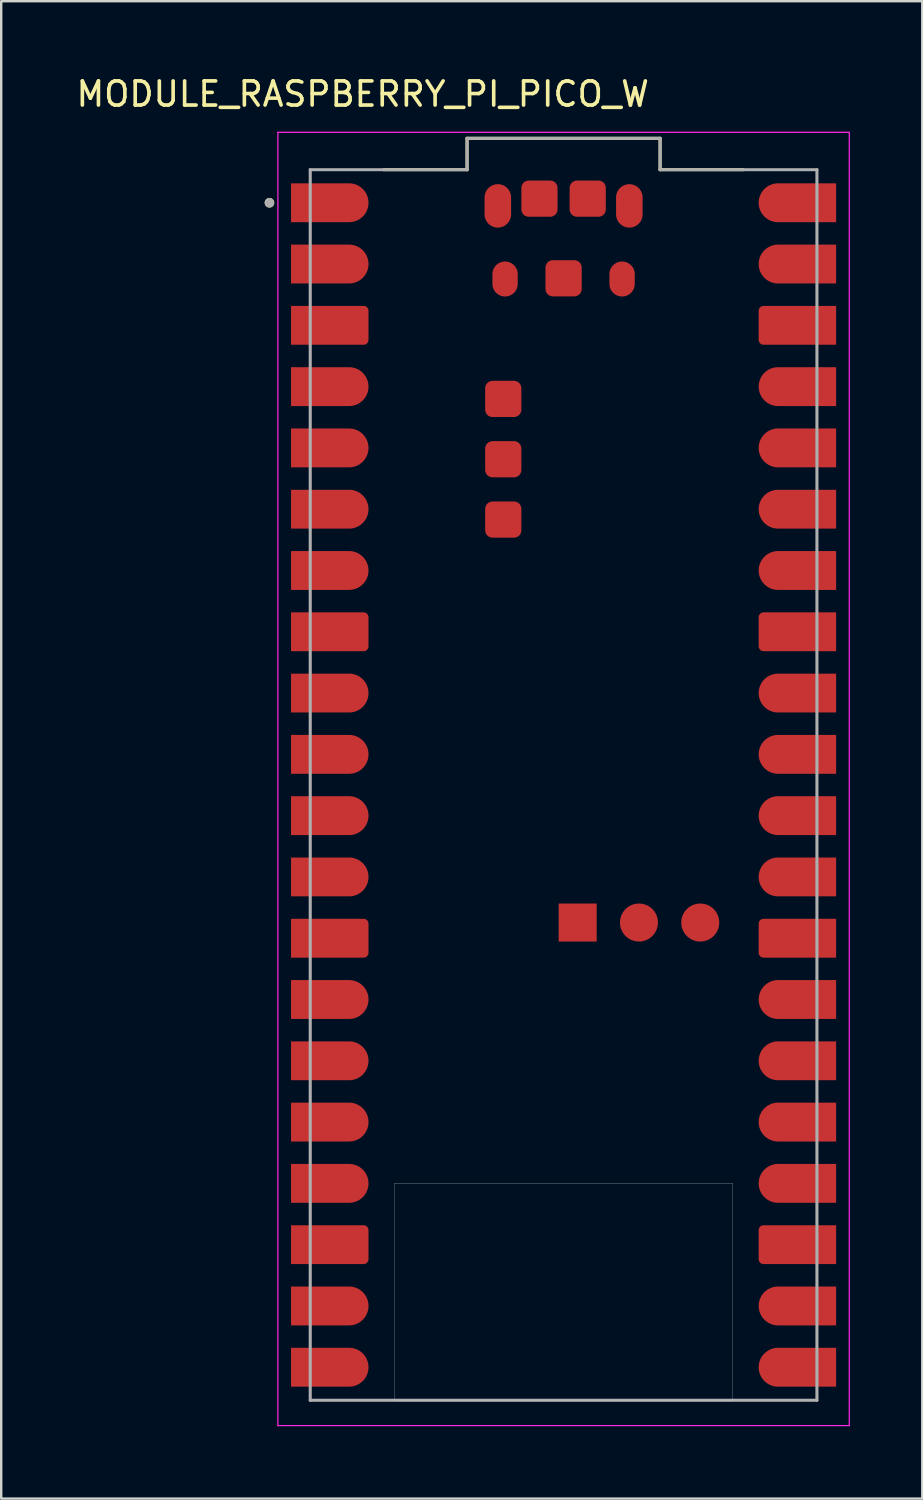
<source format=kicad_pcb>
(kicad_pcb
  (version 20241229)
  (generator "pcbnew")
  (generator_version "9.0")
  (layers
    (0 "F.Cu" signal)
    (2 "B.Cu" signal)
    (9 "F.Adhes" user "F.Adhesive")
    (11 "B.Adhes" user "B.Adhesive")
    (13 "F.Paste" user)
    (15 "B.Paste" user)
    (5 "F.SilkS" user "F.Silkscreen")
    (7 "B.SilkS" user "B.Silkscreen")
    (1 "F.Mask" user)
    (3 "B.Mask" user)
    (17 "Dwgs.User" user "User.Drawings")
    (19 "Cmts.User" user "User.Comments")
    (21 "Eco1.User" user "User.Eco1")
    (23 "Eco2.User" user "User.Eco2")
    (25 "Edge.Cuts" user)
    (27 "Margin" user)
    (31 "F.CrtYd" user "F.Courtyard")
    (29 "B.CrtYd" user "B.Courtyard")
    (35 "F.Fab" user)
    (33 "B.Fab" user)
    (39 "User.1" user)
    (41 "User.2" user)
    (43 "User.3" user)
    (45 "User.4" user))
  (footprint "MODULE_RASPBERRY_PI_PICO_W"
    (layer "F.Cu")
    (at 20.307 29.483)
    (property "Reference" "MODULE_RASPBERRY_PI_PICO_W" (at -8.325 -28.635 0) (layer "F.SilkS") (effects (font (size 1 1) (thickness 0.15))))
    (attr smd)
    (fp_poly (pts (xy -11.39 -23.23) (xy -11.39 -25.03) (xy -8.89 -25.03) (xy -8.843 -25.029) (xy -8.796 -25.025) (xy -8.749 -25.019) (xy -8.703 -25.01) (xy -8.657 -24.999) (xy -8.612 -24.986) (xy -8.567 -24.97) (xy -8.524 -24.952) (xy -8.481 -24.932) (xy -8.44 -24.909) (xy -8.4 -24.885) (xy -8.361 -24.858) (xy -8.324 -24.829) (xy -8.288 -24.799) (xy -8.254 -24.766) (xy -8.221 -24.732) (xy -8.191 -24.696) (xy -8.162 -24.659) (xy -8.135 -24.62) (xy -8.111 -24.58) (xy -8.088 -24.539) (xy -8.068 -24.496) (xy -8.05 -24.453) (xy -8.034 -24.408) (xy -8.021 -24.363) (xy -8.01 -24.317) (xy -8.001 -24.271) (xy -7.995 -24.224) (xy -7.991 -24.177) (xy -7.99 -24.13) (xy -7.991 -24.083) (xy -7.995 -24.036) (xy -8.001 -23.989) (xy -8.01 -23.943) (xy -8.021 -23.897) (xy -8.034 -23.852) (xy -8.05 -23.807) (xy -8.068 -23.764) (xy -8.088 -23.721) (xy -8.111 -23.68) (xy -8.135 -23.64) (xy -8.162 -23.601) (xy -8.191 -23.564) (xy -8.221 -23.528) (xy -8.254 -23.494) (xy -8.288 -23.461) (xy -8.324 -23.431) (xy -8.361 -23.402) (xy -8.4 -23.375) (xy -8.44 -23.351) (xy -8.481 -23.328) (xy -8.524 -23.308) (xy -8.567 -23.29) (xy -8.612 -23.274) (xy -8.657 -23.261) (xy -8.703 -23.25) (xy -8.749 -23.241) (xy -8.796 -23.235) (xy -8.843 -23.231) (xy -8.89 -23.23) (xy -11.39 -23.23)) (stroke (width 0.01) (type solid)) (fill yes) (layer "F.Mask"))
    (fp_poly (pts (xy -11.39 -20.69) (xy -11.39 -22.49) (xy -8.89 -22.49) (xy -8.843 -22.489) (xy -8.796 -22.485) (xy -8.749 -22.479) (xy -8.703 -22.47) (xy -8.657 -22.459) (xy -8.612 -22.446) (xy -8.567 -22.43) (xy -8.524 -22.412) (xy -8.481 -22.392) (xy -8.44 -22.369) (xy -8.4 -22.345) (xy -8.361 -22.318) (xy -8.324 -22.289) (xy -8.288 -22.259) (xy -8.254 -22.226) (xy -8.221 -22.192) (xy -8.191 -22.156) (xy -8.162 -22.119) (xy -8.135 -22.08) (xy -8.111 -22.04) (xy -8.088 -21.999) (xy -8.068 -21.956) (xy -8.05 -21.913) (xy -8.034 -21.868) (xy -8.021 -21.823) (xy -8.01 -21.777) (xy -8.001 -21.731) (xy -7.995 -21.684) (xy -7.991 -21.637) (xy -7.99 -21.59) (xy -7.991 -21.543) (xy -7.995 -21.496) (xy -8.001 -21.449) (xy -8.01 -21.403) (xy -8.021 -21.357) (xy -8.034 -21.312) (xy -8.05 -21.267) (xy -8.068 -21.224) (xy -8.088 -21.181) (xy -8.111 -21.14) (xy -8.135 -21.1) (xy -8.162 -21.061) (xy -8.191 -21.024) (xy -8.221 -20.988) (xy -8.254 -20.954) (xy -8.288 -20.921) (xy -8.324 -20.891) (xy -8.361 -20.862) (xy -8.4 -20.835) (xy -8.44 -20.811) (xy -8.481 -20.788) (xy -8.524 -20.768) (xy -8.567 -20.75) (xy -8.612 -20.734) (xy -8.657 -20.721) (xy -8.703 -20.71) (xy -8.749 -20.701) (xy -8.796 -20.695) (xy -8.843 -20.691) (xy -8.89 -20.69) (xy -11.39 -20.69)) (stroke (width 0.01) (type solid)) (fill yes) (layer "F.Mask"))
    (fp_poly (pts (xy -11.39 -15.61) (xy -11.39 -17.41) (xy -8.89 -17.41) (xy -8.843 -17.409) (xy -8.796 -17.405) (xy -8.749 -17.399) (xy -8.703 -17.39) (xy -8.657 -17.379) (xy -8.612 -17.366) (xy -8.567 -17.35) (xy -8.524 -17.332) (xy -8.481 -17.312) (xy -8.44 -17.289) (xy -8.4 -17.265) (xy -8.361 -17.238) (xy -8.324 -17.209) (xy -8.288 -17.179) (xy -8.254 -17.146) (xy -8.221 -17.112) (xy -8.191 -17.076) (xy -8.162 -17.039) (xy -8.135 -17) (xy -8.111 -16.96) (xy -8.088 -16.919) (xy -8.068 -16.876) (xy -8.05 -16.833) (xy -8.034 -16.788) (xy -8.021 -16.743) (xy -8.01 -16.697) (xy -8.001 -16.651) (xy -7.995 -16.604) (xy -7.991 -16.557) (xy -7.99 -16.51) (xy -7.991 -16.463) (xy -7.995 -16.416) (xy -8.001 -16.369) (xy -8.01 -16.323) (xy -8.021 -16.277) (xy -8.034 -16.232) (xy -8.05 -16.187) (xy -8.068 -16.144) (xy -8.088 -16.101) (xy -8.111 -16.06) (xy -8.135 -16.02) (xy -8.162 -15.981) (xy -8.191 -15.944) (xy -8.221 -15.908) (xy -8.254 -15.874) (xy -8.288 -15.841) (xy -8.324 -15.811) (xy -8.361 -15.782) (xy -8.4 -15.755) (xy -8.44 -15.731) (xy -8.481 -15.708) (xy -8.524 -15.688) (xy -8.567 -15.67) (xy -8.612 -15.654) (xy -8.657 -15.641) (xy -8.703 -15.63) (xy -8.749 -15.621) (xy -8.796 -15.615) (xy -8.843 -15.611) (xy -8.89 -15.61) (xy -11.39 -15.61)) (stroke (width 0.01) (type solid)) (fill yes) (layer "F.Mask"))
    (fp_poly (pts (xy -11.39 -13.07) (xy -11.39 -14.87) (xy -8.89 -14.87) (xy -8.843 -14.869) (xy -8.796 -14.865) (xy -8.749 -14.859) (xy -8.703 -14.85) (xy -8.657 -14.839) (xy -8.612 -14.826) (xy -8.567 -14.81) (xy -8.524 -14.792) (xy -8.481 -14.772) (xy -8.44 -14.749) (xy -8.4 -14.725) (xy -8.361 -14.698) (xy -8.324 -14.669) (xy -8.288 -14.639) (xy -8.254 -14.606) (xy -8.221 -14.572) (xy -8.191 -14.536) (xy -8.162 -14.499) (xy -8.135 -14.46) (xy -8.111 -14.42) (xy -8.088 -14.379) (xy -8.068 -14.336) (xy -8.05 -14.293) (xy -8.034 -14.248) (xy -8.021 -14.203) (xy -8.01 -14.157) (xy -8.001 -14.111) (xy -7.995 -14.064) (xy -7.991 -14.017) (xy -7.99 -13.97) (xy -7.991 -13.923) (xy -7.995 -13.876) (xy -8.001 -13.829) (xy -8.01 -13.783) (xy -8.021 -13.737) (xy -8.034 -13.692) (xy -8.05 -13.647) (xy -8.068 -13.604) (xy -8.088 -13.561) (xy -8.111 -13.52) (xy -8.135 -13.48) (xy -8.162 -13.441) (xy -8.191 -13.404) (xy -8.221 -13.368) (xy -8.254 -13.334) (xy -8.288 -13.301) (xy -8.324 -13.271) (xy -8.361 -13.242) (xy -8.4 -13.215) (xy -8.44 -13.191) (xy -8.481 -13.168) (xy -8.524 -13.148) (xy -8.567 -13.13) (xy -8.612 -13.114) (xy -8.657 -13.101) (xy -8.703 -13.09) (xy -8.749 -13.081) (xy -8.796 -13.075) (xy -8.843 -13.071) (xy -8.89 -13.07) (xy -11.39 -13.07)) (stroke (width 0.01) (type solid)) (fill yes) (layer "F.Mask"))
    (fp_poly (pts (xy -11.39 -10.53) (xy -11.39 -12.33) (xy -8.89 -12.33) (xy -8.843 -12.329) (xy -8.796 -12.325) (xy -8.749 -12.319) (xy -8.703 -12.31) (xy -8.657 -12.299) (xy -8.612 -12.286) (xy -8.567 -12.27) (xy -8.524 -12.252) (xy -8.481 -12.232) (xy -8.44 -12.209) (xy -8.4 -12.185) (xy -8.361 -12.158) (xy -8.324 -12.129) (xy -8.288 -12.099) (xy -8.254 -12.066) (xy -8.221 -12.032) (xy -8.191 -11.996) (xy -8.162 -11.959) (xy -8.135 -11.92) (xy -8.111 -11.88) (xy -8.088 -11.839) (xy -8.068 -11.796) (xy -8.05 -11.753) (xy -8.034 -11.708) (xy -8.021 -11.663) (xy -8.01 -11.617) (xy -8.001 -11.571) (xy -7.995 -11.524) (xy -7.991 -11.477) (xy -7.99 -11.43) (xy -7.991 -11.383) (xy -7.995 -11.336) (xy -8.001 -11.289) (xy -8.01 -11.243) (xy -8.021 -11.197) (xy -8.034 -11.152) (xy -8.05 -11.107) (xy -8.068 -11.064) (xy -8.088 -11.021) (xy -8.111 -10.98) (xy -8.135 -10.94) (xy -8.162 -10.901) (xy -8.191 -10.864) (xy -8.221 -10.828) (xy -8.254 -10.794) (xy -8.288 -10.761) (xy -8.324 -10.731) (xy -8.361 -10.702) (xy -8.4 -10.675) (xy -8.44 -10.651) (xy -8.481 -10.628) (xy -8.524 -10.608) (xy -8.567 -10.59) (xy -8.612 -10.574) (xy -8.657 -10.561) (xy -8.703 -10.55) (xy -8.749 -10.541) (xy -8.796 -10.535) (xy -8.843 -10.531) (xy -8.89 -10.53) (xy -11.39 -10.53)) (stroke (width 0.01) (type solid)) (fill yes) (layer "F.Mask"))
    (fp_poly (pts (xy -11.39 -7.99) (xy -11.39 -9.79) (xy -8.89 -9.79) (xy -8.843 -9.789) (xy -8.796 -9.785) (xy -8.749 -9.779) (xy -8.703 -9.77) (xy -8.657 -9.759) (xy -8.612 -9.746) (xy -8.567 -9.73) (xy -8.524 -9.712) (xy -8.481 -9.692) (xy -8.44 -9.669) (xy -8.4 -9.645) (xy -8.361 -9.618) (xy -8.324 -9.589) (xy -8.288 -9.559) (xy -8.254 -9.526) (xy -8.221 -9.492) (xy -8.191 -9.456) (xy -8.162 -9.419) (xy -8.135 -9.38) (xy -8.111 -9.34) (xy -8.088 -9.299) (xy -8.068 -9.256) (xy -8.05 -9.213) (xy -8.034 -9.168) (xy -8.021 -9.123) (xy -8.01 -9.077) (xy -8.001 -9.031) (xy -7.995 -8.984) (xy -7.991 -8.937) (xy -7.99 -8.89) (xy -7.991 -8.843) (xy -7.995 -8.796) (xy -8.001 -8.749) (xy -8.01 -8.703) (xy -8.021 -8.657) (xy -8.034 -8.612) (xy -8.05 -8.567) (xy -8.068 -8.524) (xy -8.088 -8.481) (xy -8.111 -8.44) (xy -8.135 -8.4) (xy -8.162 -8.361) (xy -8.191 -8.324) (xy -8.221 -8.288) (xy -8.254 -8.254) (xy -8.288 -8.221) (xy -8.324 -8.191) (xy -8.361 -8.162) (xy -8.4 -8.135) (xy -8.44 -8.111) (xy -8.481 -8.088) (xy -8.524 -8.068) (xy -8.567 -8.05) (xy -8.612 -8.034) (xy -8.657 -8.021) (xy -8.703 -8.01) (xy -8.749 -8.001) (xy -8.796 -7.995) (xy -8.843 -7.991) (xy -8.89 -7.99) (xy -11.39 -7.99)) (stroke (width 0.01) (type solid)) (fill yes) (layer "F.Mask"))
    (fp_poly (pts (xy -11.39 -2.91) (xy -11.39 -4.71) (xy -8.89 -4.71) (xy -8.843 -4.709) (xy -8.796 -4.705) (xy -8.749 -4.699) (xy -8.703 -4.69) (xy -8.657 -4.679) (xy -8.612 -4.666) (xy -8.567 -4.65) (xy -8.524 -4.632) (xy -8.481 -4.612) (xy -8.44 -4.589) (xy -8.4 -4.565) (xy -8.361 -4.538) (xy -8.324 -4.509) (xy -8.288 -4.479) (xy -8.254 -4.446) (xy -8.221 -4.412) (xy -8.191 -4.376) (xy -8.162 -4.339) (xy -8.135 -4.3) (xy -8.111 -4.26) (xy -8.088 -4.219) (xy -8.068 -4.176) (xy -8.05 -4.133) (xy -8.034 -4.088) (xy -8.021 -4.043) (xy -8.01 -3.997) (xy -8.001 -3.951) (xy -7.995 -3.904) (xy -7.991 -3.857) (xy -7.99 -3.81) (xy -7.991 -3.763) (xy -7.995 -3.716) (xy -8.001 -3.669) (xy -8.01 -3.623) (xy -8.021 -3.577) (xy -8.034 -3.532) (xy -8.05 -3.487) (xy -8.068 -3.444) (xy -8.088 -3.401) (xy -8.111 -3.36) (xy -8.135 -3.32) (xy -8.162 -3.281) (xy -8.191 -3.244) (xy -8.221 -3.208) (xy -8.254 -3.174) (xy -8.288 -3.141) (xy -8.324 -3.111) (xy -8.361 -3.082) (xy -8.4 -3.055) (xy -8.44 -3.031) (xy -8.481 -3.008) (xy -8.524 -2.988) (xy -8.567 -2.97) (xy -8.612 -2.954) (xy -8.657 -2.941) (xy -8.703 -2.93) (xy -8.749 -2.921) (xy -8.796 -2.915) (xy -8.843 -2.911) (xy -8.89 -2.91) (xy -11.39 -2.91)) (stroke (width 0.01) (type solid)) (fill yes) (layer "F.Mask"))
    (fp_poly (pts (xy -11.39 -0.37) (xy -11.39 -2.17) (xy -8.89 -2.17) (xy -8.843 -2.169) (xy -8.796 -2.165) (xy -8.749 -2.159) (xy -8.703 -2.15) (xy -8.657 -2.139) (xy -8.612 -2.126) (xy -8.567 -2.11) (xy -8.524 -2.092) (xy -8.481 -2.072) (xy -8.44 -2.049) (xy -8.4 -2.025) (xy -8.361 -1.998) (xy -8.324 -1.969) (xy -8.288 -1.939) (xy -8.254 -1.906) (xy -8.221 -1.872) (xy -8.191 -1.836) (xy -8.162 -1.799) (xy -8.135 -1.76) (xy -8.111 -1.72) (xy -8.088 -1.679) (xy -8.068 -1.636) (xy -8.05 -1.593) (xy -8.034 -1.548) (xy -8.021 -1.503) (xy -8.01 -1.457) (xy -8.001 -1.411) (xy -7.995 -1.364) (xy -7.991 -1.317) (xy -7.99 -1.27) (xy -7.991 -1.223) (xy -7.995 -1.176) (xy -8.001 -1.129) (xy -8.01 -1.083) (xy -8.021 -1.037) (xy -8.034 -0.992) (xy -8.05 -0.947) (xy -8.068 -0.904) (xy -8.088 -0.861) (xy -8.111 -0.82) (xy -8.135 -0.78) (xy -8.162 -0.741) (xy -8.191 -0.704) (xy -8.221 -0.668) (xy -8.254 -0.634) (xy -8.288 -0.601) (xy -8.324 -0.571) (xy -8.361 -0.542) (xy -8.4 -0.515) (xy -8.44 -0.491) (xy -8.481 -0.468) (xy -8.524 -0.448) (xy -8.567 -0.43) (xy -8.612 -0.414) (xy -8.657 -0.401) (xy -8.703 -0.39) (xy -8.749 -0.381) (xy -8.796 -0.375) (xy -8.843 -0.371) (xy -8.89 -0.37) (xy -11.39 -0.37)) (stroke (width 0.01) (type solid)) (fill yes) (layer "F.Mask"))
    (fp_poly (pts (xy -11.39 2.17) (xy -11.39 0.37) (xy -8.89 0.37) (xy -8.843 0.371) (xy -8.796 0.375) (xy -8.749 0.381) (xy -8.703 0.39) (xy -8.657 0.401) (xy -8.612 0.414) (xy -8.567 0.43) (xy -8.524 0.448) (xy -8.481 0.468) (xy -8.44 0.491) (xy -8.4 0.515) (xy -8.361 0.542) (xy -8.324 0.571) (xy -8.288 0.601) (xy -8.254 0.634) (xy -8.221 0.668) (xy -8.191 0.704) (xy -8.162 0.741) (xy -8.135 0.78) (xy -8.111 0.82) (xy -8.088 0.861) (xy -8.068 0.904) (xy -8.05 0.947) (xy -8.034 0.992) (xy -8.021 1.037) (xy -8.01 1.083) (xy -8.001 1.129) (xy -7.995 1.176) (xy -7.991 1.223) (xy -7.99 1.27) (xy -7.991 1.317) (xy -7.995 1.364) (xy -8.001 1.411) (xy -8.01 1.457) (xy -8.021 1.503) (xy -8.034 1.548) (xy -8.05 1.593) (xy -8.068 1.636) (xy -8.088 1.679) (xy -8.111 1.72) (xy -8.135 1.76) (xy -8.162 1.799) (xy -8.191 1.836) (xy -8.221 1.872) (xy -8.254 1.906) (xy -8.288 1.939) (xy -8.324 1.969) (xy -8.361 1.998) (xy -8.4 2.025) (xy -8.44 2.049) (xy -8.481 2.072) (xy -8.524 2.092) (xy -8.567 2.11) (xy -8.612 2.126) (xy -8.657 2.139) (xy -8.703 2.15) (xy -8.749 2.159) (xy -8.796 2.165) (xy -8.843 2.169) (xy -8.89 2.17) (xy -11.39 2.17)) (stroke (width 0.01) (type solid)) (fill yes) (layer "F.Mask"))
    (fp_poly (pts (xy -11.39 4.71) (xy -11.39 2.91) (xy -8.89 2.91) (xy -8.843 2.911) (xy -8.796 2.915) (xy -8.749 2.921) (xy -8.703 2.93) (xy -8.657 2.941) (xy -8.612 2.954) (xy -8.567 2.97) (xy -8.524 2.988) (xy -8.481 3.008) (xy -8.44 3.031) (xy -8.4 3.055) (xy -8.361 3.082) (xy -8.324 3.111) (xy -8.288 3.141) (xy -8.254 3.174) (xy -8.221 3.208) (xy -8.191 3.244) (xy -8.162 3.281) (xy -8.135 3.32) (xy -8.111 3.36) (xy -8.088 3.401) (xy -8.068 3.444) (xy -8.05 3.487) (xy -8.034 3.532) (xy -8.021 3.577) (xy -8.01 3.623) (xy -8.001 3.669) (xy -7.995 3.716) (xy -7.991 3.763) (xy -7.99 3.81) (xy -7.991 3.857) (xy -7.995 3.904) (xy -8.001 3.951) (xy -8.01 3.997) (xy -8.021 4.043) (xy -8.034 4.088) (xy -8.05 4.133) (xy -8.068 4.176) (xy -8.088 4.219) (xy -8.111 4.26) (xy -8.135 4.3) (xy -8.162 4.339) (xy -8.191 4.376) (xy -8.221 4.412) (xy -8.254 4.446) (xy -8.288 4.479) (xy -8.324 4.509) (xy -8.361 4.538) (xy -8.4 4.565) (xy -8.44 4.589) (xy -8.481 4.612) (xy -8.524 4.632) (xy -8.567 4.65) (xy -8.612 4.666) (xy -8.657 4.679) (xy -8.703 4.69) (xy -8.749 4.699) (xy -8.796 4.705) (xy -8.843 4.709) (xy -8.89 4.71) (xy -11.39 4.71)) (stroke (width 0.01) (type solid)) (fill yes) (layer "F.Mask"))
    (fp_poly (pts (xy -11.39 9.79) (xy -11.39 7.99) (xy -8.89 7.99) (xy -8.843 7.991) (xy -8.796 7.995) (xy -8.749 8.001) (xy -8.703 8.01) (xy -8.657 8.021) (xy -8.612 8.034) (xy -8.567 8.05) (xy -8.524 8.068) (xy -8.481 8.088) (xy -8.44 8.111) (xy -8.4 8.135) (xy -8.361 8.162) (xy -8.324 8.191) (xy -8.288 8.221) (xy -8.254 8.254) (xy -8.221 8.288) (xy -8.191 8.324) (xy -8.162 8.361) (xy -8.135 8.4) (xy -8.111 8.44) (xy -8.088 8.481) (xy -8.068 8.524) (xy -8.05 8.567) (xy -8.034 8.612) (xy -8.021 8.657) (xy -8.01 8.703) (xy -8.001 8.749) (xy -7.995 8.796) (xy -7.991 8.843) (xy -7.99 8.89) (xy -7.991 8.937) (xy -7.995 8.984) (xy -8.001 9.031) (xy -8.01 9.077) (xy -8.021 9.123) (xy -8.034 9.168) (xy -8.05 9.213) (xy -8.068 9.256) (xy -8.088 9.299) (xy -8.111 9.34) (xy -8.135 9.38) (xy -8.162 9.419) (xy -8.191 9.456) (xy -8.221 9.492) (xy -8.254 9.526) (xy -8.288 9.559) (xy -8.324 9.589) (xy -8.361 9.618) (xy -8.4 9.645) (xy -8.44 9.669) (xy -8.481 9.692) (xy -8.524 9.712) (xy -8.567 9.73) (xy -8.612 9.746) (xy -8.657 9.759) (xy -8.703 9.77) (xy -8.749 9.779) (xy -8.796 9.785) (xy -8.843 9.789) (xy -8.89 9.79) (xy -11.39 9.79)) (stroke (width 0.01) (type solid)) (fill yes) (layer "F.Mask"))
    (fp_poly (pts (xy -11.39 12.33) (xy -11.39 10.53) (xy -8.89 10.53) (xy -8.843 10.531) (xy -8.796 10.535) (xy -8.749 10.541) (xy -8.703 10.55) (xy -8.657 10.561) (xy -8.612 10.574) (xy -8.567 10.59) (xy -8.524 10.608) (xy -8.481 10.628) (xy -8.44 10.651) (xy -8.4 10.675) (xy -8.361 10.702) (xy -8.324 10.731) (xy -8.288 10.761) (xy -8.254 10.794) (xy -8.221 10.828) (xy -8.191 10.864) (xy -8.162 10.901) (xy -8.135 10.94) (xy -8.111 10.98) (xy -8.088 11.021) (xy -8.068 11.064) (xy -8.05 11.107) (xy -8.034 11.152) (xy -8.021 11.197) (xy -8.01 11.243) (xy -8.001 11.289) (xy -7.995 11.336) (xy -7.991 11.383) (xy -7.99 11.43) (xy -7.991 11.477) (xy -7.995 11.524) (xy -8.001 11.571) (xy -8.01 11.617) (xy -8.021 11.663) (xy -8.034 11.708) (xy -8.05 11.753) (xy -8.068 11.796) (xy -8.088 11.839) (xy -8.111 11.88) (xy -8.135 11.92) (xy -8.162 11.959) (xy -8.191 11.996) (xy -8.221 12.032) (xy -8.254 12.066) (xy -8.288 12.099) (xy -8.324 12.129) (xy -8.361 12.158) (xy -8.4 12.185) (xy -8.44 12.209) (xy -8.481 12.232) (xy -8.524 12.252) (xy -8.567 12.27) (xy -8.612 12.286) (xy -8.657 12.299) (xy -8.703 12.31) (xy -8.749 12.319) (xy -8.796 12.325) (xy -8.843 12.329) (xy -8.89 12.33) (xy -11.39 12.33)) (stroke (width 0.01) (type solid)) (fill yes) (layer "F.Mask"))
    (fp_poly (pts (xy -11.39 14.87) (xy -11.39 13.07) (xy -8.89 13.07) (xy -8.843 13.071) (xy -8.796 13.075) (xy -8.749 13.081) (xy -8.703 13.09) (xy -8.657 13.101) (xy -8.612 13.114) (xy -8.567 13.13) (xy -8.524 13.148) (xy -8.481 13.168) (xy -8.44 13.191) (xy -8.4 13.215) (xy -8.361 13.242) (xy -8.324 13.271) (xy -8.288 13.301) (xy -8.254 13.334) (xy -8.221 13.368) (xy -8.191 13.404) (xy -8.162 13.441) (xy -8.135 13.48) (xy -8.111 13.52) (xy -8.088 13.561) (xy -8.068 13.604) (xy -8.05 13.647) (xy -8.034 13.692) (xy -8.021 13.737) (xy -8.01 13.783) (xy -8.001 13.829) (xy -7.995 13.876) (xy -7.991 13.923) (xy -7.99 13.97) (xy -7.991 14.017) (xy -7.995 14.064) (xy -8.001 14.111) (xy -8.01 14.157) (xy -8.021 14.203) (xy -8.034 14.248) (xy -8.05 14.293) (xy -8.068 14.336) (xy -8.088 14.379) (xy -8.111 14.42) (xy -8.135 14.46) (xy -8.162 14.499) (xy -8.191 14.536) (xy -8.221 14.572) (xy -8.254 14.606) (xy -8.288 14.639) (xy -8.324 14.669) (xy -8.361 14.698) (xy -8.4 14.725) (xy -8.44 14.749) (xy -8.481 14.772) (xy -8.524 14.792) (xy -8.567 14.81) (xy -8.612 14.826) (xy -8.657 14.839) (xy -8.703 14.85) (xy -8.749 14.859) (xy -8.796 14.865) (xy -8.843 14.869) (xy -8.89 14.87) (xy -11.39 14.87)) (stroke (width 0.01) (type solid)) (fill yes) (layer "F.Mask"))
    (fp_poly (pts (xy -11.39 17.41) (xy -11.39 15.61) (xy -8.89 15.61) (xy -8.843 15.611) (xy -8.796 15.615) (xy -8.749 15.621) (xy -8.703 15.63) (xy -8.657 15.641) (xy -8.612 15.654) (xy -8.567 15.67) (xy -8.524 15.688) (xy -8.481 15.708) (xy -8.44 15.731) (xy -8.4 15.755) (xy -8.361 15.782) (xy -8.324 15.811) (xy -8.288 15.841) (xy -8.254 15.874) (xy -8.221 15.908) (xy -8.191 15.944) (xy -8.162 15.981) (xy -8.135 16.02) (xy -8.111 16.06) (xy -8.088 16.101) (xy -8.068 16.144) (xy -8.05 16.187) (xy -8.034 16.232) (xy -8.021 16.277) (xy -8.01 16.323) (xy -8.001 16.369) (xy -7.995 16.416) (xy -7.991 16.463) (xy -7.99 16.51) (xy -7.991 16.557) (xy -7.995 16.604) (xy -8.001 16.651) (xy -8.01 16.697) (xy -8.021 16.743) (xy -8.034 16.788) (xy -8.05 16.833) (xy -8.068 16.876) (xy -8.088 16.919) (xy -8.111 16.96) (xy -8.135 17) (xy -8.162 17.039) (xy -8.191 17.076) (xy -8.221 17.112) (xy -8.254 17.146) (xy -8.288 17.179) (xy -8.324 17.209) (xy -8.361 17.238) (xy -8.4 17.265) (xy -8.44 17.289) (xy -8.481 17.312) (xy -8.524 17.332) (xy -8.567 17.35) (xy -8.612 17.366) (xy -8.657 17.379) (xy -8.703 17.39) (xy -8.749 17.399) (xy -8.796 17.405) (xy -8.843 17.409) (xy -8.89 17.41) (xy -11.39 17.41)) (stroke (width 0.01) (type solid)) (fill yes) (layer "F.Mask"))
    (fp_poly (pts (xy -11.39 22.49) (xy -11.39 20.69) (xy -8.89 20.69) (xy -8.843 20.691) (xy -8.796 20.695) (xy -8.749 20.701) (xy -8.703 20.71) (xy -8.657 20.721) (xy -8.612 20.734) (xy -8.567 20.75) (xy -8.524 20.768) (xy -8.481 20.788) (xy -8.44 20.811) (xy -8.4 20.835) (xy -8.361 20.862) (xy -8.324 20.891) (xy -8.288 20.921) (xy -8.254 20.954) (xy -8.221 20.988) (xy -8.191 21.024) (xy -8.162 21.061) (xy -8.135 21.1) (xy -8.111 21.14) (xy -8.088 21.181) (xy -8.068 21.224) (xy -8.05 21.267) (xy -8.034 21.312) (xy -8.021 21.357) (xy -8.01 21.403) (xy -8.001 21.449) (xy -7.995 21.496) (xy -7.991 21.543) (xy -7.99 21.59) (xy -7.991 21.637) (xy -7.995 21.684) (xy -8.001 21.731) (xy -8.01 21.777) (xy -8.021 21.823) (xy -8.034 21.868) (xy -8.05 21.913) (xy -8.068 21.956) (xy -8.088 21.999) (xy -8.111 22.04) (xy -8.135 22.08) (xy -8.162 22.119) (xy -8.191 22.156) (xy -8.221 22.192) (xy -8.254 22.226) (xy -8.288 22.259) (xy -8.324 22.289) (xy -8.361 22.318) (xy -8.4 22.345) (xy -8.44 22.369) (xy -8.481 22.392) (xy -8.524 22.412) (xy -8.567 22.43) (xy -8.612 22.446) (xy -8.657 22.459) (xy -8.703 22.47) (xy -8.749 22.479) (xy -8.796 22.485) (xy -8.843 22.489) (xy -8.89 22.49) (xy -11.39 22.49)) (stroke (width 0.01) (type solid)) (fill yes) (layer "F.Mask"))
    (fp_poly (pts (xy -11.39 25.03) (xy -11.39 23.23) (xy -8.89 23.23) (xy -8.843 23.231) (xy -8.796 23.235) (xy -8.749 23.241) (xy -8.703 23.25) (xy -8.657 23.261) (xy -8.612 23.274) (xy -8.567 23.29) (xy -8.524 23.308) (xy -8.481 23.328) (xy -8.44 23.351) (xy -8.4 23.375) (xy -8.361 23.402) (xy -8.324 23.431) (xy -8.288 23.461) (xy -8.254 23.494) (xy -8.221 23.528) (xy -8.191 23.564) (xy -8.162 23.601) (xy -8.135 23.64) (xy -8.111 23.68) (xy -8.088 23.721) (xy -8.068 23.764) (xy -8.05 23.807) (xy -8.034 23.852) (xy -8.021 23.897) (xy -8.01 23.943) (xy -8.001 23.989) (xy -7.995 24.036) (xy -7.991 24.083) (xy -7.99 24.13) (xy -7.991 24.177) (xy -7.995 24.224) (xy -8.001 24.271) (xy -8.01 24.317) (xy -8.021 24.363) (xy -8.034 24.408) (xy -8.05 24.453) (xy -8.068 24.496) (xy -8.088 24.539) (xy -8.111 24.58) (xy -8.135 24.62) (xy -8.162 24.659) (xy -8.191 24.696) (xy -8.221 24.732) (xy -8.254 24.766) (xy -8.288 24.799) (xy -8.324 24.829) (xy -8.361 24.858) (xy -8.4 24.885) (xy -8.44 24.909) (xy -8.481 24.932) (xy -8.524 24.952) (xy -8.567 24.97) (xy -8.612 24.986) (xy -8.657 24.999) (xy -8.703 25.01) (xy -8.749 25.019) (xy -8.796 25.025) (xy -8.843 25.029) (xy -8.89 25.03) (xy -11.39 25.03)) (stroke (width 0.01) (type solid)) (fill yes) (layer "F.Mask"))
    (fp_poly (pts (xy 11.39 -23.23) (xy 11.39 -25.03) (xy 8.89 -25.03) (xy 8.843 -25.029) (xy 8.796 -25.025) (xy 8.749 -25.019) (xy 8.703 -25.01) (xy 8.657 -24.999) (xy 8.612 -24.986) (xy 8.567 -24.97) (xy 8.524 -24.952) (xy 8.481 -24.932) (xy 8.44 -24.909) (xy 8.4 -24.885) (xy 8.361 -24.858) (xy 8.324 -24.829) (xy 8.288 -24.799) (xy 8.254 -24.766) (xy 8.221 -24.732) (xy 8.191 -24.696) (xy 8.162 -24.659) (xy 8.135 -24.62) (xy 8.111 -24.58) (xy 8.088 -24.539) (xy 8.068 -24.496) (xy 8.05 -24.453) (xy 8.034 -24.408) (xy 8.021 -24.363) (xy 8.01 -24.317) (xy 8.001 -24.271) (xy 7.995 -24.224) (xy 7.991 -24.177) (xy 7.99 -24.13) (xy 7.991 -24.083) (xy 7.995 -24.036) (xy 8.001 -23.989) (xy 8.01 -23.943) (xy 8.021 -23.897) (xy 8.034 -23.852) (xy 8.05 -23.807) (xy 8.068 -23.764) (xy 8.088 -23.721) (xy 8.111 -23.68) (xy 8.135 -23.64) (xy 8.162 -23.601) (xy 8.191 -23.564) (xy 8.221 -23.528) (xy 8.254 -23.494) (xy 8.288 -23.461) (xy 8.324 -23.431) (xy 8.361 -23.402) (xy 8.4 -23.375) (xy 8.44 -23.351) (xy 8.481 -23.328) (xy 8.524 -23.308) (xy 8.567 -23.29) (xy 8.612 -23.274) (xy 8.657 -23.261) (xy 8.703 -23.25) (xy 8.749 -23.241) (xy 8.796 -23.235) (xy 8.843 -23.231) (xy 8.89 -23.23) (xy 11.39 -23.23)) (stroke (width 0.01) (type solid)) (fill yes) (layer "F.Mask"))
    (fp_poly (pts (xy 11.39 -20.69) (xy 11.39 -22.49) (xy 8.89 -22.49) (xy 8.843 -22.489) (xy 8.796 -22.485) (xy 8.749 -22.479) (xy 8.703 -22.47) (xy 8.657 -22.459) (xy 8.612 -22.446) (xy 8.567 -22.43) (xy 8.524 -22.412) (xy 8.481 -22.392) (xy 8.44 -22.369) (xy 8.4 -22.345) (xy 8.361 -22.318) (xy 8.324 -22.289) (xy 8.288 -22.259) (xy 8.254 -22.226) (xy 8.221 -22.192) (xy 8.191 -22.156) (xy 8.162 -22.119) (xy 8.135 -22.08) (xy 8.111 -22.04) (xy 8.088 -21.999) (xy 8.068 -21.956) (xy 8.05 -21.913) (xy 8.034 -21.868) (xy 8.021 -21.823) (xy 8.01 -21.777) (xy 8.001 -21.731) (xy 7.995 -21.684) (xy 7.991 -21.637) (xy 7.99 -21.59) (xy 7.991 -21.543) (xy 7.995 -21.496) (xy 8.001 -21.449) (xy 8.01 -21.403) (xy 8.021 -21.357) (xy 8.034 -21.312) (xy 8.05 -21.267) (xy 8.068 -21.224) (xy 8.088 -21.181) (xy 8.111 -21.14) (xy 8.135 -21.1) (xy 8.162 -21.061) (xy 8.191 -21.024) (xy 8.221 -20.988) (xy 8.254 -20.954) (xy 8.288 -20.921) (xy 8.324 -20.891) (xy 8.361 -20.862) (xy 8.4 -20.835) (xy 8.44 -20.811) (xy 8.481 -20.788) (xy 8.524 -20.768) (xy 8.567 -20.75) (xy 8.612 -20.734) (xy 8.657 -20.721) (xy 8.703 -20.71) (xy 8.749 -20.701) (xy 8.796 -20.695) (xy 8.843 -20.691) (xy 8.89 -20.69) (xy 11.39 -20.69)) (stroke (width 0.01) (type solid)) (fill yes) (layer "F.Mask"))
    (fp_poly (pts (xy 11.39 -15.61) (xy 11.39 -17.41) (xy 8.89 -17.41) (xy 8.843 -17.409) (xy 8.796 -17.405) (xy 8.749 -17.399) (xy 8.703 -17.39) (xy 8.657 -17.379) (xy 8.612 -17.366) (xy 8.567 -17.35) (xy 8.524 -17.332) (xy 8.481 -17.312) (xy 8.44 -17.289) (xy 8.4 -17.265) (xy 8.361 -17.238) (xy 8.324 -17.209) (xy 8.288 -17.179) (xy 8.254 -17.146) (xy 8.221 -17.112) (xy 8.191 -17.076) (xy 8.162 -17.039) (xy 8.135 -17) (xy 8.111 -16.96) (xy 8.088 -16.919) (xy 8.068 -16.876) (xy 8.05 -16.833) (xy 8.034 -16.788) (xy 8.021 -16.743) (xy 8.01 -16.697) (xy 8.001 -16.651) (xy 7.995 -16.604) (xy 7.991 -16.557) (xy 7.99 -16.51) (xy 7.991 -16.463) (xy 7.995 -16.416) (xy 8.001 -16.369) (xy 8.01 -16.323) (xy 8.021 -16.277) (xy 8.034 -16.232) (xy 8.05 -16.187) (xy 8.068 -16.144) (xy 8.088 -16.101) (xy 8.111 -16.06) (xy 8.135 -16.02) (xy 8.162 -15.981) (xy 8.191 -15.944) (xy 8.221 -15.908) (xy 8.254 -15.874) (xy 8.288 -15.841) (xy 8.324 -15.811) (xy 8.361 -15.782) (xy 8.4 -15.755) (xy 8.44 -15.731) (xy 8.481 -15.708) (xy 8.524 -15.688) (xy 8.567 -15.67) (xy 8.612 -15.654) (xy 8.657 -15.641) (xy 8.703 -15.63) (xy 8.749 -15.621) (xy 8.796 -15.615) (xy 8.843 -15.611) (xy 8.89 -15.61) (xy 11.39 -15.61)) (stroke (width 0.01) (type solid)) (fill yes) (layer "F.Mask"))
    (fp_poly (pts (xy 11.39 -13.07) (xy 11.39 -14.87) (xy 8.89 -14.87) (xy 8.843 -14.869) (xy 8.796 -14.865) (xy 8.749 -14.859) (xy 8.703 -14.85) (xy 8.657 -14.839) (xy 8.612 -14.826) (xy 8.567 -14.81) (xy 8.524 -14.792) (xy 8.481 -14.772) (xy 8.44 -14.749) (xy 8.4 -14.725) (xy 8.361 -14.698) (xy 8.324 -14.669) (xy 8.288 -14.639) (xy 8.254 -14.606) (xy 8.221 -14.572) (xy 8.191 -14.536) (xy 8.162 -14.499) (xy 8.135 -14.46) (xy 8.111 -14.42) (xy 8.088 -14.379) (xy 8.068 -14.336) (xy 8.05 -14.293) (xy 8.034 -14.248) (xy 8.021 -14.203) (xy 8.01 -14.157) (xy 8.001 -14.111) (xy 7.995 -14.064) (xy 7.991 -14.017) (xy 7.99 -13.97) (xy 7.991 -13.923) (xy 7.995 -13.876) (xy 8.001 -13.829) (xy 8.01 -13.783) (xy 8.021 -13.737) (xy 8.034 -13.692) (xy 8.05 -13.647) (xy 8.068 -13.604) (xy 8.088 -13.561) (xy 8.111 -13.52) (xy 8.135 -13.48) (xy 8.162 -13.441) (xy 8.191 -13.404) (xy 8.221 -13.368) (xy 8.254 -13.334) (xy 8.288 -13.301) (xy 8.324 -13.271) (xy 8.361 -13.242) (xy 8.4 -13.215) (xy 8.44 -13.191) (xy 8.481 -13.168) (xy 8.524 -13.148) (xy 8.567 -13.13) (xy 8.612 -13.114) (xy 8.657 -13.101) (xy 8.703 -13.09) (xy 8.749 -13.081) (xy 8.796 -13.075) (xy 8.843 -13.071) (xy 8.89 -13.07) (xy 11.39 -13.07)) (stroke (width 0.01) (type solid)) (fill yes) (layer "F.Mask"))
    (fp_poly (pts (xy 11.39 -10.53) (xy 11.39 -12.33) (xy 8.89 -12.33) (xy 8.843 -12.329) (xy 8.796 -12.325) (xy 8.749 -12.319) (xy 8.703 -12.31) (xy 8.657 -12.299) (xy 8.612 -12.286) (xy 8.567 -12.27) (xy 8.524 -12.252) (xy 8.481 -12.232) (xy 8.44 -12.209) (xy 8.4 -12.185) (xy 8.361 -12.158) (xy 8.324 -12.129) (xy 8.288 -12.099) (xy 8.254 -12.066) (xy 8.221 -12.032) (xy 8.191 -11.996) (xy 8.162 -11.959) (xy 8.135 -11.92) (xy 8.111 -11.88) (xy 8.088 -11.839) (xy 8.068 -11.796) (xy 8.05 -11.753) (xy 8.034 -11.708) (xy 8.021 -11.663) (xy 8.01 -11.617) (xy 8.001 -11.571) (xy 7.995 -11.524) (xy 7.991 -11.477) (xy 7.99 -11.43) (xy 7.991 -11.383) (xy 7.995 -11.336) (xy 8.001 -11.289) (xy 8.01 -11.243) (xy 8.021 -11.197) (xy 8.034 -11.152) (xy 8.05 -11.107) (xy 8.068 -11.064) (xy 8.088 -11.021) (xy 8.111 -10.98) (xy 8.135 -10.94) (xy 8.162 -10.901) (xy 8.191 -10.864) (xy 8.221 -10.828) (xy 8.254 -10.794) (xy 8.288 -10.761) (xy 8.324 -10.731) (xy 8.361 -10.702) (xy 8.4 -10.675) (xy 8.44 -10.651) (xy 8.481 -10.628) (xy 8.524 -10.608) (xy 8.567 -10.59) (xy 8.612 -10.574) (xy 8.657 -10.561) (xy 8.703 -10.55) (xy 8.749 -10.541) (xy 8.796 -10.535) (xy 8.843 -10.531) (xy 8.89 -10.53) (xy 11.39 -10.53)) (stroke (width 0.01) (type solid)) (fill yes) (layer "F.Mask"))
    (fp_poly (pts (xy 11.39 -7.99) (xy 11.39 -9.79) (xy 8.89 -9.79) (xy 8.843 -9.789) (xy 8.796 -9.785) (xy 8.749 -9.779) (xy 8.703 -9.77) (xy 8.657 -9.759) (xy 8.612 -9.746) (xy 8.567 -9.73) (xy 8.524 -9.712) (xy 8.481 -9.692) (xy 8.44 -9.669) (xy 8.4 -9.645) (xy 8.361 -9.618) (xy 8.324 -9.589) (xy 8.288 -9.559) (xy 8.254 -9.526) (xy 8.221 -9.492) (xy 8.191 -9.456) (xy 8.162 -9.419) (xy 8.135 -9.38) (xy 8.111 -9.34) (xy 8.088 -9.299) (xy 8.068 -9.256) (xy 8.05 -9.213) (xy 8.034 -9.168) (xy 8.021 -9.123) (xy 8.01 -9.077) (xy 8.001 -9.031) (xy 7.995 -8.984) (xy 7.991 -8.937) (xy 7.99 -8.89) (xy 7.991 -8.843) (xy 7.995 -8.796) (xy 8.001 -8.749) (xy 8.01 -8.703) (xy 8.021 -8.657) (xy 8.034 -8.612) (xy 8.05 -8.567) (xy 8.068 -8.524) (xy 8.088 -8.481) (xy 8.111 -8.44) (xy 8.135 -8.4) (xy 8.162 -8.361) (xy 8.191 -8.324) (xy 8.221 -8.288) (xy 8.254 -8.254) (xy 8.288 -8.221) (xy 8.324 -8.191) (xy 8.361 -8.162) (xy 8.4 -8.135) (xy 8.44 -8.111) (xy 8.481 -8.088) (xy 8.524 -8.068) (xy 8.567 -8.05) (xy 8.612 -8.034) (xy 8.657 -8.021) (xy 8.703 -8.01) (xy 8.749 -8.001) (xy 8.796 -7.995) (xy 8.843 -7.991) (xy 8.89 -7.99) (xy 11.39 -7.99)) (stroke (width 0.01) (type solid)) (fill yes) (layer "F.Mask"))
    (fp_poly (pts (xy 11.39 -2.91) (xy 11.39 -4.71) (xy 8.89 -4.71) (xy 8.843 -4.709) (xy 8.796 -4.705) (xy 8.749 -4.699) (xy 8.703 -4.69) (xy 8.657 -4.679) (xy 8.612 -4.666) (xy 8.567 -4.65) (xy 8.524 -4.632) (xy 8.481 -4.612) (xy 8.44 -4.589) (xy 8.4 -4.565) (xy 8.361 -4.538) (xy 8.324 -4.509) (xy 8.288 -4.479) (xy 8.254 -4.446) (xy 8.221 -4.412) (xy 8.191 -4.376) (xy 8.162 -4.339) (xy 8.135 -4.3) (xy 8.111 -4.26) (xy 8.088 -4.219) (xy 8.068 -4.176) (xy 8.05 -4.133) (xy 8.034 -4.088) (xy 8.021 -4.043) (xy 8.01 -3.997) (xy 8.001 -3.951) (xy 7.995 -3.904) (xy 7.991 -3.857) (xy 7.99 -3.81) (xy 7.991 -3.763) (xy 7.995 -3.716) (xy 8.001 -3.669) (xy 8.01 -3.623) (xy 8.021 -3.577) (xy 8.034 -3.532) (xy 8.05 -3.487) (xy 8.068 -3.444) (xy 8.088 -3.401) (xy 8.111 -3.36) (xy 8.135 -3.32) (xy 8.162 -3.281) (xy 8.191 -3.244) (xy 8.221 -3.208) (xy 8.254 -3.174) (xy 8.288 -3.141) (xy 8.324 -3.111) (xy 8.361 -3.082) (xy 8.4 -3.055) (xy 8.44 -3.031) (xy 8.481 -3.008) (xy 8.524 -2.988) (xy 8.567 -2.97) (xy 8.612 -2.954) (xy 8.657 -2.941) (xy 8.703 -2.93) (xy 8.749 -2.921) (xy 8.796 -2.915) (xy 8.843 -2.911) (xy 8.89 -2.91) (xy 11.39 -2.91)) (stroke (width 0.01) (type solid)) (fill yes) (layer "F.Mask"))
    (fp_poly (pts (xy 11.39 -0.37) (xy 11.39 -2.17) (xy 8.89 -2.17) (xy 8.843 -2.169) (xy 8.796 -2.165) (xy 8.749 -2.159) (xy 8.703 -2.15) (xy 8.657 -2.139) (xy 8.612 -2.126) (xy 8.567 -2.11) (xy 8.524 -2.092) (xy 8.481 -2.072) (xy 8.44 -2.049) (xy 8.4 -2.025) (xy 8.361 -1.998) (xy 8.324 -1.969) (xy 8.288 -1.939) (xy 8.254 -1.906) (xy 8.221 -1.872) (xy 8.191 -1.836) (xy 8.162 -1.799) (xy 8.135 -1.76) (xy 8.111 -1.72) (xy 8.088 -1.679) (xy 8.068 -1.636) (xy 8.05 -1.593) (xy 8.034 -1.548) (xy 8.021 -1.503) (xy 8.01 -1.457) (xy 8.001 -1.411) (xy 7.995 -1.364) (xy 7.991 -1.317) (xy 7.99 -1.27) (xy 7.991 -1.223) (xy 7.995 -1.176) (xy 8.001 -1.129) (xy 8.01 -1.083) (xy 8.021 -1.037) (xy 8.034 -0.992) (xy 8.05 -0.947) (xy 8.068 -0.904) (xy 8.088 -0.861) (xy 8.111 -0.82) (xy 8.135 -0.78) (xy 8.162 -0.741) (xy 8.191 -0.704) (xy 8.221 -0.668) (xy 8.254 -0.634) (xy 8.288 -0.601) (xy 8.324 -0.571) (xy 8.361 -0.542) (xy 8.4 -0.515) (xy 8.44 -0.491) (xy 8.481 -0.468) (xy 8.524 -0.448) (xy 8.567 -0.43) (xy 8.612 -0.414) (xy 8.657 -0.401) (xy 8.703 -0.39) (xy 8.749 -0.381) (xy 8.796 -0.375) (xy 8.843 -0.371) (xy 8.89 -0.37) (xy 11.39 -0.37)) (stroke (width 0.01) (type solid)) (fill yes) (layer "F.Mask"))
    (fp_poly (pts (xy 11.39 2.17) (xy 11.39 0.37) (xy 8.89 0.37) (xy 8.843 0.371) (xy 8.796 0.375) (xy 8.749 0.381) (xy 8.703 0.39) (xy 8.657 0.401) (xy 8.612 0.414) (xy 8.567 0.43) (xy 8.524 0.448) (xy 8.481 0.468) (xy 8.44 0.491) (xy 8.4 0.515) (xy 8.361 0.542) (xy 8.324 0.571) (xy 8.288 0.601) (xy 8.254 0.634) (xy 8.221 0.668) (xy 8.191 0.704) (xy 8.162 0.741) (xy 8.135 0.78) (xy 8.111 0.82) (xy 8.088 0.861) (xy 8.068 0.904) (xy 8.05 0.947) (xy 8.034 0.992) (xy 8.021 1.037) (xy 8.01 1.083) (xy 8.001 1.129) (xy 7.995 1.176) (xy 7.991 1.223) (xy 7.99 1.27) (xy 7.991 1.317) (xy 7.995 1.364) (xy 8.001 1.411) (xy 8.01 1.457) (xy 8.021 1.503) (xy 8.034 1.548) (xy 8.05 1.593) (xy 8.068 1.636) (xy 8.088 1.679) (xy 8.111 1.72) (xy 8.135 1.76) (xy 8.162 1.799) (xy 8.191 1.836) (xy 8.221 1.872) (xy 8.254 1.906) (xy 8.288 1.939) (xy 8.324 1.969) (xy 8.361 1.998) (xy 8.4 2.025) (xy 8.44 2.049) (xy 8.481 2.072) (xy 8.524 2.092) (xy 8.567 2.11) (xy 8.612 2.126) (xy 8.657 2.139) (xy 8.703 2.15) (xy 8.749 2.159) (xy 8.796 2.165) (xy 8.843 2.169) (xy 8.89 2.17) (xy 11.39 2.17)) (stroke (width 0.01) (type solid)) (fill yes) (layer "F.Mask"))
    (fp_poly (pts (xy 11.39 4.71) (xy 11.39 2.91) (xy 8.89 2.91) (xy 8.843 2.911) (xy 8.796 2.915) (xy 8.749 2.921) (xy 8.703 2.93) (xy 8.657 2.941) (xy 8.612 2.954) (xy 8.567 2.97) (xy 8.524 2.988) (xy 8.481 3.008) (xy 8.44 3.031) (xy 8.4 3.055) (xy 8.361 3.082) (xy 8.324 3.111) (xy 8.288 3.141) (xy 8.254 3.174) (xy 8.221 3.208) (xy 8.191 3.244) (xy 8.162 3.281) (xy 8.135 3.32) (xy 8.111 3.36) (xy 8.088 3.401) (xy 8.068 3.444) (xy 8.05 3.487) (xy 8.034 3.532) (xy 8.021 3.577) (xy 8.01 3.623) (xy 8.001 3.669) (xy 7.995 3.716) (xy 7.991 3.763) (xy 7.99 3.81) (xy 7.991 3.857) (xy 7.995 3.904) (xy 8.001 3.951) (xy 8.01 3.997) (xy 8.021 4.043) (xy 8.034 4.088) (xy 8.05 4.133) (xy 8.068 4.176) (xy 8.088 4.219) (xy 8.111 4.26) (xy 8.135 4.3) (xy 8.162 4.339) (xy 8.191 4.376) (xy 8.221 4.412) (xy 8.254 4.446) (xy 8.288 4.479) (xy 8.324 4.509) (xy 8.361 4.538) (xy 8.4 4.565) (xy 8.44 4.589) (xy 8.481 4.612) (xy 8.524 4.632) (xy 8.567 4.65) (xy 8.612 4.666) (xy 8.657 4.679) (xy 8.703 4.69) (xy 8.749 4.699) (xy 8.796 4.705) (xy 8.843 4.709) (xy 8.89 4.71) (xy 11.39 4.71)) (stroke (width 0.01) (type solid)) (fill yes) (layer "F.Mask"))
    (fp_poly (pts (xy 11.39 9.79) (xy 11.39 7.99) (xy 8.89 7.99) (xy 8.843 7.991) (xy 8.796 7.995) (xy 8.749 8.001) (xy 8.703 8.01) (xy 8.657 8.021) (xy 8.612 8.034) (xy 8.567 8.05) (xy 8.524 8.068) (xy 8.481 8.088) (xy 8.44 8.111) (xy 8.4 8.135) (xy 8.361 8.162) (xy 8.324 8.191) (xy 8.288 8.221) (xy 8.254 8.254) (xy 8.221 8.288) (xy 8.191 8.324) (xy 8.162 8.361) (xy 8.135 8.4) (xy 8.111 8.44) (xy 8.088 8.481) (xy 8.068 8.524) (xy 8.05 8.567) (xy 8.034 8.612) (xy 8.021 8.657) (xy 8.01 8.703) (xy 8.001 8.749) (xy 7.995 8.796) (xy 7.991 8.843) (xy 7.99 8.89) (xy 7.991 8.937) (xy 7.995 8.984) (xy 8.001 9.031) (xy 8.01 9.077) (xy 8.021 9.123) (xy 8.034 9.168) (xy 8.05 9.213) (xy 8.068 9.256) (xy 8.088 9.299) (xy 8.111 9.34) (xy 8.135 9.38) (xy 8.162 9.419) (xy 8.191 9.456) (xy 8.221 9.492) (xy 8.254 9.526) (xy 8.288 9.559) (xy 8.324 9.589) (xy 8.361 9.618) (xy 8.4 9.645) (xy 8.44 9.669) (xy 8.481 9.692) (xy 8.524 9.712) (xy 8.567 9.73) (xy 8.612 9.746) (xy 8.657 9.759) (xy 8.703 9.77) (xy 8.749 9.779) (xy 8.796 9.785) (xy 8.843 9.789) (xy 8.89 9.79) (xy 11.39 9.79)) (stroke (width 0.01) (type solid)) (fill yes) (layer "F.Mask"))
    (fp_poly (pts (xy 11.39 12.33) (xy 11.39 10.53) (xy 8.89 10.53) (xy 8.843 10.531) (xy 8.796 10.535) (xy 8.749 10.541) (xy 8.703 10.55) (xy 8.657 10.561) (xy 8.612 10.574) (xy 8.567 10.59) (xy 8.524 10.608) (xy 8.481 10.628) (xy 8.44 10.651) (xy 8.4 10.675) (xy 8.361 10.702) (xy 8.324 10.731) (xy 8.288 10.761) (xy 8.254 10.794) (xy 8.221 10.828) (xy 8.191 10.864) (xy 8.162 10.901) (xy 8.135 10.94) (xy 8.111 10.98) (xy 8.088 11.021) (xy 8.068 11.064) (xy 8.05 11.107) (xy 8.034 11.152) (xy 8.021 11.197) (xy 8.01 11.243) (xy 8.001 11.289) (xy 7.995 11.336) (xy 7.991 11.383) (xy 7.99 11.43) (xy 7.991 11.477) (xy 7.995 11.524) (xy 8.001 11.571) (xy 8.01 11.617) (xy 8.021 11.663) (xy 8.034 11.708) (xy 8.05 11.753) (xy 8.068 11.796) (xy 8.088 11.839) (xy 8.111 11.88) (xy 8.135 11.92) (xy 8.162 11.959) (xy 8.191 11.996) (xy 8.221 12.032) (xy 8.254 12.066) (xy 8.288 12.099) (xy 8.324 12.129) (xy 8.361 12.158) (xy 8.4 12.185) (xy 8.44 12.209) (xy 8.481 12.232) (xy 8.524 12.252) (xy 8.567 12.27) (xy 8.612 12.286) (xy 8.657 12.299) (xy 8.703 12.31) (xy 8.749 12.319) (xy 8.796 12.325) (xy 8.843 12.329) (xy 8.89 12.33) (xy 11.39 12.33)) (stroke (width 0.01) (type solid)) (fill yes) (layer "F.Mask"))
    (fp_poly (pts (xy 11.39 14.87) (xy 11.39 13.07) (xy 8.89 13.07) (xy 8.843 13.071) (xy 8.796 13.075) (xy 8.749 13.081) (xy 8.703 13.09) (xy 8.657 13.101) (xy 8.612 13.114) (xy 8.567 13.13) (xy 8.524 13.148) (xy 8.481 13.168) (xy 8.44 13.191) (xy 8.4 13.215) (xy 8.361 13.242) (xy 8.324 13.271) (xy 8.288 13.301) (xy 8.254 13.334) (xy 8.221 13.368) (xy 8.191 13.404) (xy 8.162 13.441) (xy 8.135 13.48) (xy 8.111 13.52) (xy 8.088 13.561) (xy 8.068 13.604) (xy 8.05 13.647) (xy 8.034 13.692) (xy 8.021 13.737) (xy 8.01 13.783) (xy 8.001 13.829) (xy 7.995 13.876) (xy 7.991 13.923) (xy 7.99 13.97) (xy 7.991 14.017) (xy 7.995 14.064) (xy 8.001 14.111) (xy 8.01 14.157) (xy 8.021 14.203) (xy 8.034 14.248) (xy 8.05 14.293) (xy 8.068 14.336) (xy 8.088 14.379) (xy 8.111 14.42) (xy 8.135 14.46) (xy 8.162 14.499) (xy 8.191 14.536) (xy 8.221 14.572) (xy 8.254 14.606) (xy 8.288 14.639) (xy 8.324 14.669) (xy 8.361 14.698) (xy 8.4 14.725) (xy 8.44 14.749) (xy 8.481 14.772) (xy 8.524 14.792) (xy 8.567 14.81) (xy 8.612 14.826) (xy 8.657 14.839) (xy 8.703 14.85) (xy 8.749 14.859) (xy 8.796 14.865) (xy 8.843 14.869) (xy 8.89 14.87) (xy 11.39 14.87)) (stroke (width 0.01) (type solid)) (fill yes) (layer "F.Mask"))
    (fp_poly (pts (xy 11.39 17.41) (xy 11.39 15.61) (xy 8.89 15.61) (xy 8.843 15.611) (xy 8.796 15.615) (xy 8.749 15.621) (xy 8.703 15.63) (xy 8.657 15.641) (xy 8.612 15.654) (xy 8.567 15.67) (xy 8.524 15.688) (xy 8.481 15.708) (xy 8.44 15.731) (xy 8.4 15.755) (xy 8.361 15.782) (xy 8.324 15.811) (xy 8.288 15.841) (xy 8.254 15.874) (xy 8.221 15.908) (xy 8.191 15.944) (xy 8.162 15.981) (xy 8.135 16.02) (xy 8.111 16.06) (xy 8.088 16.101) (xy 8.068 16.144) (xy 8.05 16.187) (xy 8.034 16.232) (xy 8.021 16.277) (xy 8.01 16.323) (xy 8.001 16.369) (xy 7.995 16.416) (xy 7.991 16.463) (xy 7.99 16.51) (xy 7.991 16.557) (xy 7.995 16.604) (xy 8.001 16.651) (xy 8.01 16.697) (xy 8.021 16.743) (xy 8.034 16.788) (xy 8.05 16.833) (xy 8.068 16.876) (xy 8.088 16.919) (xy 8.111 16.96) (xy 8.135 17) (xy 8.162 17.039) (xy 8.191 17.076) (xy 8.221 17.112) (xy 8.254 17.146) (xy 8.288 17.179) (xy 8.324 17.209) (xy 8.361 17.238) (xy 8.4 17.265) (xy 8.44 17.289) (xy 8.481 17.312) (xy 8.524 17.332) (xy 8.567 17.35) (xy 8.612 17.366) (xy 8.657 17.379) (xy 8.703 17.39) (xy 8.749 17.399) (xy 8.796 17.405) (xy 8.843 17.409) (xy 8.89 17.41) (xy 11.39 17.41)) (stroke (width 0.01) (type solid)) (fill yes) (layer "F.Mask"))
    (fp_poly (pts (xy 11.39 22.49) (xy 11.39 20.69) (xy 8.89 20.69) (xy 8.843 20.691) (xy 8.796 20.695) (xy 8.749 20.701) (xy 8.703 20.71) (xy 8.657 20.721) (xy 8.612 20.734) (xy 8.567 20.75) (xy 8.524 20.768) (xy 8.481 20.788) (xy 8.44 20.811) (xy 8.4 20.835) (xy 8.361 20.862) (xy 8.324 20.891) (xy 8.288 20.921) (xy 8.254 20.954) (xy 8.221 20.988) (xy 8.191 21.024) (xy 8.162 21.061) (xy 8.135 21.1) (xy 8.111 21.14) (xy 8.088 21.181) (xy 8.068 21.224) (xy 8.05 21.267) (xy 8.034 21.312) (xy 8.021 21.357) (xy 8.01 21.403) (xy 8.001 21.449) (xy 7.995 21.496) (xy 7.991 21.543) (xy 7.99 21.59) (xy 7.991 21.637) (xy 7.995 21.684) (xy 8.001 21.731) (xy 8.01 21.777) (xy 8.021 21.823) (xy 8.034 21.868) (xy 8.05 21.913) (xy 8.068 21.956) (xy 8.088 21.999) (xy 8.111 22.04) (xy 8.135 22.08) (xy 8.162 22.119) (xy 8.191 22.156) (xy 8.221 22.192) (xy 8.254 22.226) (xy 8.288 22.259) (xy 8.324 22.289) (xy 8.361 22.318) (xy 8.4 22.345) (xy 8.44 22.369) (xy 8.481 22.392) (xy 8.524 22.412) (xy 8.567 22.43) (xy 8.612 22.446) (xy 8.657 22.459) (xy 8.703 22.47) (xy 8.749 22.479) (xy 8.796 22.485) (xy 8.843 22.489) (xy 8.89 22.49) (xy 11.39 22.49)) (stroke (width 0.01) (type solid)) (fill yes) (layer "F.Mask"))
    (fp_poly (pts (xy 11.39 25.03) (xy 11.39 23.23) (xy 8.89 23.23) (xy 8.843 23.231) (xy 8.796 23.235) (xy 8.749 23.241) (xy 8.703 23.25) (xy 8.657 23.261) (xy 8.612 23.274) (xy 8.567 23.29) (xy 8.524 23.308) (xy 8.481 23.328) (xy 8.44 23.351) (xy 8.4 23.375) (xy 8.361 23.402) (xy 8.324 23.431) (xy 8.288 23.461) (xy 8.254 23.494) (xy 8.221 23.528) (xy 8.191 23.564) (xy 8.162 23.601) (xy 8.135 23.64) (xy 8.111 23.68) (xy 8.088 23.721) (xy 8.068 23.764) (xy 8.05 23.807) (xy 8.034 23.852) (xy 8.021 23.897) (xy 8.01 23.943) (xy 8.001 23.989) (xy 7.995 24.036) (xy 7.991 24.083) (xy 7.99 24.13) (xy 7.991 24.177) (xy 7.995 24.224) (xy 8.001 24.271) (xy 8.01 24.317) (xy 8.021 24.363) (xy 8.034 24.408) (xy 8.05 24.453) (xy 8.068 24.496) (xy 8.088 24.539) (xy 8.111 24.58) (xy 8.135 24.62) (xy 8.162 24.659) (xy 8.191 24.696) (xy 8.221 24.732) (xy 8.254 24.766) (xy 8.288 24.799) (xy 8.324 24.829) (xy 8.361 24.858) (xy 8.4 24.885) (xy 8.44 24.909) (xy 8.481 24.932) (xy 8.524 24.952) (xy 8.567 24.97) (xy 8.612 24.986) (xy 8.657 24.999) (xy 8.703 25.01) (xy 8.749 25.019) (xy 8.796 25.025) (xy 8.843 25.029) (xy 8.89 25.03) (xy 11.39 25.03)) (stroke (width 0.01) (type solid)) (fill yes) (layer "F.Mask"))
    (fp_poly (pts (xy -11.39 -18.15) (xy -11.39 -19.95) (xy -8.29 -19.95) (xy -8.274 -19.95) (xy -8.259 -19.948) (xy -8.243 -19.946) (xy -8.228 -19.943) (xy -8.212 -19.94) (xy -8.197 -19.935) (xy -8.182 -19.93) (xy -8.168 -19.924) (xy -8.154 -19.917) (xy -8.14 -19.91) (xy -8.127 -19.902) (xy -8.114 -19.893) (xy -8.101 -19.883) (xy -8.089 -19.873) (xy -8.078 -19.862) (xy -8.067 -19.851) (xy -8.057 -19.839) (xy -8.047 -19.826) (xy -8.038 -19.813) (xy -8.03 -19.8) (xy -8.023 -19.786) (xy -8.016 -19.772) (xy -8.01 -19.758) (xy -8.005 -19.743) (xy -8 -19.728) (xy -7.997 -19.712) (xy -7.994 -19.697) (xy -7.992 -19.681) (xy -7.99 -19.666) (xy -7.99 -19.65) (xy -7.99 -18.45) (xy -7.99 -18.434) (xy -7.992 -18.419) (xy -7.994 -18.403) (xy -7.997 -18.388) (xy -8 -18.372) (xy -8.005 -18.357) (xy -8.01 -18.342) (xy -8.016 -18.328) (xy -8.023 -18.314) (xy -8.03 -18.3) (xy -8.038 -18.287) (xy -8.047 -18.274) (xy -8.057 -18.261) (xy -8.067 -18.249) (xy -8.078 -18.238) (xy -8.089 -18.227) (xy -8.101 -18.217) (xy -8.114 -18.207) (xy -8.127 -18.198) (xy -8.14 -18.19) (xy -8.154 -18.183) (xy -8.168 -18.176) (xy -8.182 -18.17) (xy -8.197 -18.165) (xy -8.212 -18.16) (xy -8.228 -18.157) (xy -8.243 -18.154) (xy -8.259 -18.152) (xy -8.274 -18.15) (xy -8.29 -18.15) (xy -11.39 -18.15)) (stroke (width 0.01) (type solid)) (fill yes) (layer "F.Mask"))
    (fp_poly (pts (xy -11.39 -5.45) (xy -11.39 -7.25) (xy -8.29 -7.25) (xy -8.274 -7.25) (xy -8.259 -7.248) (xy -8.243 -7.246) (xy -8.228 -7.243) (xy -8.212 -7.24) (xy -8.197 -7.235) (xy -8.182 -7.23) (xy -8.168 -7.224) (xy -8.154 -7.217) (xy -8.14 -7.21) (xy -8.127 -7.202) (xy -8.114 -7.193) (xy -8.101 -7.183) (xy -8.089 -7.173) (xy -8.078 -7.162) (xy -8.067 -7.151) (xy -8.057 -7.139) (xy -8.047 -7.126) (xy -8.038 -7.113) (xy -8.03 -7.1) (xy -8.023 -7.086) (xy -8.016 -7.072) (xy -8.01 -7.058) (xy -8.005 -7.043) (xy -8 -7.028) (xy -7.997 -7.012) (xy -7.994 -6.997) (xy -7.992 -6.981) (xy -7.99 -6.966) (xy -7.99 -6.95) (xy -7.99 -5.75) (xy -7.99 -5.734) (xy -7.992 -5.719) (xy -7.994 -5.703) (xy -7.997 -5.688) (xy -8 -5.672) (xy -8.005 -5.657) (xy -8.01 -5.642) (xy -8.016 -5.628) (xy -8.023 -5.614) (xy -8.03 -5.6) (xy -8.038 -5.587) (xy -8.047 -5.574) (xy -8.057 -5.561) (xy -8.067 -5.549) (xy -8.078 -5.538) (xy -8.089 -5.527) (xy -8.101 -5.517) (xy -8.114 -5.507) (xy -8.127 -5.498) (xy -8.14 -5.49) (xy -8.154 -5.483) (xy -8.168 -5.476) (xy -8.182 -5.47) (xy -8.197 -5.465) (xy -8.212 -5.46) (xy -8.228 -5.457) (xy -8.243 -5.454) (xy -8.259 -5.452) (xy -8.274 -5.45) (xy -8.29 -5.45) (xy -11.39 -5.45)) (stroke (width 0.01) (type solid)) (fill yes) (layer "F.Mask"))
    (fp_poly (pts (xy -11.39 7.25) (xy -11.39 5.45) (xy -8.29 5.45) (xy -8.274 5.45) (xy -8.259 5.452) (xy -8.243 5.454) (xy -8.228 5.457) (xy -8.212 5.46) (xy -8.197 5.465) (xy -8.182 5.47) (xy -8.168 5.476) (xy -8.154 5.483) (xy -8.14 5.49) (xy -8.127 5.498) (xy -8.114 5.507) (xy -8.101 5.517) (xy -8.089 5.527) (xy -8.078 5.538) (xy -8.067 5.549) (xy -8.057 5.561) (xy -8.047 5.574) (xy -8.038 5.587) (xy -8.03 5.6) (xy -8.023 5.614) (xy -8.016 5.628) (xy -8.01 5.642) (xy -8.005 5.657) (xy -8 5.672) (xy -7.997 5.688) (xy -7.994 5.703) (xy -7.992 5.719) (xy -7.99 5.734) (xy -7.99 5.75) (xy -7.99 6.95) (xy -7.99 6.966) (xy -7.992 6.981) (xy -7.994 6.997) (xy -7.997 7.012) (xy -8 7.028) (xy -8.005 7.043) (xy -8.01 7.058) (xy -8.016 7.072) (xy -8.023 7.086) (xy -8.03 7.1) (xy -8.038 7.113) (xy -8.047 7.126) (xy -8.057 7.139) (xy -8.067 7.151) (xy -8.078 7.162) (xy -8.089 7.173) (xy -8.101 7.183) (xy -8.114 7.193) (xy -8.127 7.202) (xy -8.14 7.21) (xy -8.154 7.217) (xy -8.168 7.224) (xy -8.182 7.23) (xy -8.197 7.235) (xy -8.212 7.24) (xy -8.228 7.243) (xy -8.243 7.246) (xy -8.259 7.248) (xy -8.274 7.25) (xy -8.29 7.25) (xy -11.39 7.25)) (stroke (width 0.01) (type solid)) (fill yes) (layer "F.Mask"))
    (fp_poly (pts (xy -11.39 19.95) (xy -11.39 18.15) (xy -8.29 18.15) (xy -8.274 18.15) (xy -8.259 18.152) (xy -8.243 18.154) (xy -8.228 18.157) (xy -8.212 18.16) (xy -8.197 18.165) (xy -8.182 18.17) (xy -8.168 18.176) (xy -8.154 18.183) (xy -8.14 18.19) (xy -8.127 18.198) (xy -8.114 18.207) (xy -8.101 18.217) (xy -8.089 18.227) (xy -8.078 18.238) (xy -8.067 18.249) (xy -8.057 18.261) (xy -8.047 18.274) (xy -8.038 18.287) (xy -8.03 18.3) (xy -8.023 18.314) (xy -8.016 18.328) (xy -8.01 18.342) (xy -8.005 18.357) (xy -8 18.372) (xy -7.997 18.388) (xy -7.994 18.403) (xy -7.992 18.419) (xy -7.99 18.434) (xy -7.99 18.45) (xy -7.99 19.65) (xy -7.99 19.666) (xy -7.992 19.681) (xy -7.994 19.697) (xy -7.997 19.712) (xy -8 19.728) (xy -8.005 19.743) (xy -8.01 19.758) (xy -8.016 19.772) (xy -8.023 19.786) (xy -8.03 19.8) (xy -8.038 19.813) (xy -8.047 19.826) (xy -8.057 19.839) (xy -8.067 19.851) (xy -8.078 19.862) (xy -8.089 19.873) (xy -8.101 19.883) (xy -8.114 19.893) (xy -8.127 19.902) (xy -8.14 19.91) (xy -8.154 19.917) (xy -8.168 19.924) (xy -8.182 19.93) (xy -8.197 19.935) (xy -8.212 19.94) (xy -8.228 19.943) (xy -8.243 19.946) (xy -8.259 19.948) (xy -8.274 19.95) (xy -8.29 19.95) (xy -11.39 19.95)) (stroke (width 0.01) (type solid)) (fill yes) (layer "F.Mask"))
    (fp_poly (pts (xy 11.39 -18.15) (xy 11.39 -19.95) (xy 8.29 -19.95) (xy 8.274 -19.95) (xy 8.259 -19.948) (xy 8.243 -19.946) (xy 8.228 -19.943) (xy 8.212 -19.94) (xy 8.197 -19.935) (xy 8.182 -19.93) (xy 8.168 -19.924) (xy 8.154 -19.917) (xy 8.14 -19.91) (xy 8.127 -19.902) (xy 8.114 -19.893) (xy 8.101 -19.883) (xy 8.089 -19.873) (xy 8.078 -19.862) (xy 8.067 -19.851) (xy 8.057 -19.839) (xy 8.047 -19.826) (xy 8.038 -19.813) (xy 8.03 -19.8) (xy 8.023 -19.786) (xy 8.016 -19.772) (xy 8.01 -19.758) (xy 8.005 -19.743) (xy 8 -19.728) (xy 7.997 -19.712) (xy 7.994 -19.697) (xy 7.992 -19.681) (xy 7.99 -19.666) (xy 7.99 -19.65) (xy 7.99 -18.45) (xy 7.99 -18.434) (xy 7.992 -18.419) (xy 7.994 -18.403) (xy 7.997 -18.388) (xy 8 -18.372) (xy 8.005 -18.357) (xy 8.01 -18.342) (xy 8.016 -18.328) (xy 8.023 -18.314) (xy 8.03 -18.3) (xy 8.038 -18.287) (xy 8.047 -18.274) (xy 8.057 -18.261) (xy 8.067 -18.249) (xy 8.078 -18.238) (xy 8.089 -18.227) (xy 8.101 -18.217) (xy 8.114 -18.207) (xy 8.127 -18.198) (xy 8.14 -18.19) (xy 8.154 -18.183) (xy 8.168 -18.176) (xy 8.182 -18.17) (xy 8.197 -18.165) (xy 8.212 -18.16) (xy 8.228 -18.157) (xy 8.243 -18.154) (xy 8.259 -18.152) (xy 8.274 -18.15) (xy 8.29 -18.15) (xy 11.39 -18.15)) (stroke (width 0.01) (type solid)) (fill yes) (layer "F.Mask"))
    (fp_poly (pts (xy 11.39 -5.45) (xy 11.39 -7.25) (xy 8.29 -7.25) (xy 8.274 -7.25) (xy 8.259 -7.248) (xy 8.243 -7.246) (xy 8.228 -7.243) (xy 8.212 -7.24) (xy 8.197 -7.235) (xy 8.182 -7.23) (xy 8.168 -7.224) (xy 8.154 -7.217) (xy 8.14 -7.21) (xy 8.127 -7.202) (xy 8.114 -7.193) (xy 8.101 -7.183) (xy 8.089 -7.173) (xy 8.078 -7.162) (xy 8.067 -7.151) (xy 8.057 -7.139) (xy 8.047 -7.126) (xy 8.038 -7.113) (xy 8.03 -7.1) (xy 8.023 -7.086) (xy 8.016 -7.072) (xy 8.01 -7.058) (xy 8.005 -7.043) (xy 8 -7.028) (xy 7.997 -7.012) (xy 7.994 -6.997) (xy 7.992 -6.981) (xy 7.99 -6.966) (xy 7.99 -6.95) (xy 7.99 -5.75) (xy 7.99 -5.734) (xy 7.992 -5.719) (xy 7.994 -5.703) (xy 7.997 -5.688) (xy 8 -5.672) (xy 8.005 -5.657) (xy 8.01 -5.642) (xy 8.016 -5.628) (xy 8.023 -5.614) (xy 8.03 -5.6) (xy 8.038 -5.587) (xy 8.047 -5.574) (xy 8.057 -5.561) (xy 8.067 -5.549) (xy 8.078 -5.538) (xy 8.089 -5.527) (xy 8.101 -5.517) (xy 8.114 -5.507) (xy 8.127 -5.498) (xy 8.14 -5.49) (xy 8.154 -5.483) (xy 8.168 -5.476) (xy 8.182 -5.47) (xy 8.197 -5.465) (xy 8.212 -5.46) (xy 8.228 -5.457) (xy 8.243 -5.454) (xy 8.259 -5.452) (xy 8.274 -5.45) (xy 8.29 -5.45) (xy 11.39 -5.45)) (stroke (width 0.01) (type solid)) (fill yes) (layer "F.Mask"))
    (fp_poly (pts (xy 11.39 7.25) (xy 11.39 5.45) (xy 8.29 5.45) (xy 8.274 5.45) (xy 8.259 5.452) (xy 8.243 5.454) (xy 8.228 5.457) (xy 8.212 5.46) (xy 8.197 5.465) (xy 8.182 5.47) (xy 8.168 5.476) (xy 8.154 5.483) (xy 8.14 5.49) (xy 8.127 5.498) (xy 8.114 5.507) (xy 8.101 5.517) (xy 8.089 5.527) (xy 8.078 5.538) (xy 8.067 5.549) (xy 8.057 5.561) (xy 8.047 5.574) (xy 8.038 5.587) (xy 8.03 5.6) (xy 8.023 5.614) (xy 8.016 5.628) (xy 8.01 5.642) (xy 8.005 5.657) (xy 8 5.672) (xy 7.997 5.688) (xy 7.994 5.703) (xy 7.992 5.719) (xy 7.99 5.734) (xy 7.99 5.75) (xy 7.99 6.95) (xy 7.99 6.966) (xy 7.992 6.981) (xy 7.994 6.997) (xy 7.997 7.012) (xy 8 7.028) (xy 8.005 7.043) (xy 8.01 7.058) (xy 8.016 7.072) (xy 8.023 7.086) (xy 8.03 7.1) (xy 8.038 7.113) (xy 8.047 7.126) (xy 8.057 7.139) (xy 8.067 7.151) (xy 8.078 7.162) (xy 8.089 7.173) (xy 8.101 7.183) (xy 8.114 7.193) (xy 8.127 7.202) (xy 8.14 7.21) (xy 8.154 7.217) (xy 8.168 7.224) (xy 8.182 7.23) (xy 8.197 7.235) (xy 8.212 7.24) (xy 8.228 7.243) (xy 8.243 7.246) (xy 8.259 7.248) (xy 8.274 7.25) (xy 8.29 7.25) (xy 11.39 7.25)) (stroke (width 0.01) (type solid)) (fill yes) (layer "F.Mask"))
    (fp_poly (pts (xy 11.39 19.95) (xy 11.39 18.15) (xy 8.29 18.15) (xy 8.274 18.15) (xy 8.259 18.152) (xy 8.243 18.154) (xy 8.228 18.157) (xy 8.212 18.16) (xy 8.197 18.165) (xy 8.182 18.17) (xy 8.168 18.176) (xy 8.154 18.183) (xy 8.14 18.19) (xy 8.127 18.198) (xy 8.114 18.207) (xy 8.101 18.217) (xy 8.089 18.227) (xy 8.078 18.238) (xy 8.067 18.249) (xy 8.057 18.261) (xy 8.047 18.274) (xy 8.038 18.287) (xy 8.03 18.3) (xy 8.023 18.314) (xy 8.016 18.328) (xy 8.01 18.342) (xy 8.005 18.357) (xy 8 18.372) (xy 7.997 18.388) (xy 7.994 18.403) (xy 7.992 18.419) (xy 7.99 18.434) (xy 7.99 18.45) (xy 7.99 19.65) (xy 7.99 19.666) (xy 7.992 19.681) (xy 7.994 19.697) (xy 7.997 19.712) (xy 8 19.728) (xy 8.005 19.743) (xy 8.01 19.758) (xy 8.016 19.772) (xy 8.023 19.786) (xy 8.03 19.8) (xy 8.038 19.813) (xy 8.047 19.826) (xy 8.057 19.839) (xy 8.067 19.851) (xy 8.078 19.862) (xy 8.089 19.873) (xy 8.101 19.883) (xy 8.114 19.893) (xy 8.127 19.902) (xy 8.14 19.91) (xy 8.154 19.917) (xy 8.168 19.924) (xy 8.182 19.93) (xy 8.197 19.935) (xy 8.212 19.94) (xy 8.228 19.943) (xy 8.243 19.946) (xy 8.259 19.948) (xy 8.274 19.95) (xy 8.29 19.95) (xy 11.39 19.95)) (stroke (width 0.01) (type solid)) (fill yes) (layer "F.Mask"))
    (fp_line (start -7.45 -25.5) (end -4 -25.5) (stroke (width 0.127) (type solid)) (layer "F.SilkS"))
    (fp_line (start -4 -26.8) (end 4 -26.8) (stroke (width 0.127) (type solid)) (layer "F.SilkS"))
    (fp_line (start -4 -25.5) (end -4 -26.8) (stroke (width 0.127) (type solid)) (layer "F.SilkS"))
    (fp_line (start 4 -26.8) (end 4 -25.5) (stroke (width 0.127) (type solid)) (layer "F.SilkS"))
    (fp_line (start 4 -25.5) (end 7.45 -25.5) (stroke (width 0.127) (type solid)) (layer "F.SilkS"))
    (fp_circle (center -12.19 -24.13) (end -12.09 -24.13) (stroke (width 0.2) (type solid)) (fill no) (layer "F.SilkS"))
    (fp_poly (pts (xy -11.59 -25.23) (xy -7.79 -25.23) (xy -7.79 -23.03) (xy -11.59 -23.03)) (stroke (width 0.01) (type solid)) (fill yes) (layer "F.Paste"))
    (fp_poly (pts (xy -11.59 -22.69) (xy -7.79 -22.69) (xy -7.79 -20.49) (xy -11.59 -20.49)) (stroke (width 0.01) (type solid)) (fill yes) (layer "F.Paste"))
    (fp_poly (pts (xy -11.59 -20.15) (xy -7.79 -20.15) (xy -7.79 -17.95) (xy -11.59 -17.95)) (stroke (width 0.01) (type solid)) (fill yes) (layer "F.Paste"))
    (fp_poly (pts (xy -11.59 -17.61) (xy -7.79 -17.61) (xy -7.79 -15.41) (xy -11.59 -15.41)) (stroke (width 0.01) (type solid)) (fill yes) (layer "F.Paste"))
    (fp_poly (pts (xy -11.59 -15.07) (xy -7.79 -15.07) (xy -7.79 -12.87) (xy -11.59 -12.87)) (stroke (width 0.01) (type solid)) (fill yes) (layer "F.Paste"))
    (fp_poly (pts (xy -11.59 -12.53) (xy -7.79 -12.53) (xy -7.79 -10.33) (xy -11.59 -10.33)) (stroke (width 0.01) (type solid)) (fill yes) (layer "F.Paste"))
    (fp_poly (pts (xy -11.59 -9.99) (xy -7.79 -9.99) (xy -7.79 -7.79) (xy -11.59 -7.79)) (stroke (width 0.01) (type solid)) (fill yes) (layer "F.Paste"))
    (fp_poly (pts (xy -11.59 -7.45) (xy -7.79 -7.45) (xy -7.79 -5.25) (xy -11.59 -5.25)) (stroke (width 0.01) (type solid)) (fill yes) (layer "F.Paste"))
    (fp_poly (pts (xy -11.59 -4.91) (xy -7.79 -4.91) (xy -7.79 -2.71) (xy -11.59 -2.71)) (stroke (width 0.01) (type solid)) (fill yes) (layer "F.Paste"))
    (fp_poly (pts (xy -11.59 -2.37) (xy -7.79 -2.37) (xy -7.79 -0.17) (xy -11.59 -0.17)) (stroke (width 0.01) (type solid)) (fill yes) (layer "F.Paste"))
    (fp_poly (pts (xy -11.59 0.17) (xy -7.79 0.17) (xy -7.79 2.37) (xy -11.59 2.37)) (stroke (width 0.01) (type solid)) (fill yes) (layer "F.Paste"))
    (fp_poly (pts (xy -11.59 2.71) (xy -7.79 2.71) (xy -7.79 4.91) (xy -11.59 4.91)) (stroke (width 0.01) (type solid)) (fill yes) (layer "F.Paste"))
    (fp_poly (pts (xy -11.59 5.25) (xy -7.79 5.25) (xy -7.79 7.45) (xy -11.59 7.45)) (stroke (width 0.01) (type solid)) (fill yes) (layer "F.Paste"))
    (fp_poly (pts (xy -11.59 7.79) (xy -7.79 7.79) (xy -7.79 9.99) (xy -11.59 9.99)) (stroke (width 0.01) (type solid)) (fill yes) (layer "F.Paste"))
    (fp_poly (pts (xy -11.59 10.33) (xy -7.79 10.33) (xy -7.79 12.53) (xy -11.59 12.53)) (stroke (width 0.01) (type solid)) (fill yes) (layer "F.Paste"))
    (fp_poly (pts (xy -11.59 12.87) (xy -7.79 12.87) (xy -7.79 15.07) (xy -11.59 15.07)) (stroke (width 0.01) (type solid)) (fill yes) (layer "F.Paste"))
    (fp_poly (pts (xy -11.59 15.41) (xy -7.79 15.41) (xy -7.79 17.61) (xy -11.59 17.61)) (stroke (width 0.01) (type solid)) (fill yes) (layer "F.Paste"))
    (fp_poly (pts (xy -11.59 17.95) (xy -7.79 17.95) (xy -7.79 20.15) (xy -11.59 20.15)) (stroke (width 0.01) (type solid)) (fill yes) (layer "F.Paste"))
    (fp_poly (pts (xy -11.59 20.49) (xy -7.79 20.49) (xy -7.79 22.69) (xy -11.59 22.69)) (stroke (width 0.01) (type solid)) (fill yes) (layer "F.Paste"))
    (fp_poly (pts (xy -11.59 23.03) (xy -7.79 23.03) (xy -7.79 25.23) (xy -11.59 25.23)) (stroke (width 0.01) (type solid)) (fill yes) (layer "F.Paste"))
    (fp_poly (pts (xy 7.79 -25.23) (xy 11.59 -25.23) (xy 11.59 -23.03) (xy 7.79 -23.03)) (stroke (width 0.01) (type solid)) (fill yes) (layer "F.Paste"))
    (fp_poly (pts (xy 7.79 -22.69) (xy 11.59 -22.69) (xy 11.59 -20.49) (xy 7.79 -20.49)) (stroke (width 0.01) (type solid)) (fill yes) (layer "F.Paste"))
    (fp_poly (pts (xy 7.79 -20.15) (xy 11.59 -20.15) (xy 11.59 -17.95) (xy 7.79 -17.95)) (stroke (width 0.01) (type solid)) (fill yes) (layer "F.Paste"))
    (fp_poly (pts (xy 7.79 -17.61) (xy 11.59 -17.61) (xy 11.59 -15.41) (xy 7.79 -15.41)) (stroke (width 0.01) (type solid)) (fill yes) (layer "F.Paste"))
    (fp_poly (pts (xy 7.79 -15.07) (xy 11.59 -15.07) (xy 11.59 -12.87) (xy 7.79 -12.87)) (stroke (width 0.01) (type solid)) (fill yes) (layer "F.Paste"))
    (fp_poly (pts (xy 7.79 -12.53) (xy 11.59 -12.53) (xy 11.59 -10.33) (xy 7.79 -10.33)) (stroke (width 0.01) (type solid)) (fill yes) (layer "F.Paste"))
    (fp_poly (pts (xy 7.79 -9.99) (xy 11.59 -9.99) (xy 11.59 -7.79) (xy 7.79 -7.79)) (stroke (width 0.01) (type solid)) (fill yes) (layer "F.Paste"))
    (fp_poly (pts (xy 7.79 -7.45) (xy 11.59 -7.45) (xy 11.59 -5.25) (xy 7.79 -5.25)) (stroke (width 0.01) (type solid)) (fill yes) (layer "F.Paste"))
    (fp_poly (pts (xy 7.79 -4.91) (xy 11.59 -4.91) (xy 11.59 -2.71) (xy 7.79 -2.71)) (stroke (width 0.01) (type solid)) (fill yes) (layer "F.Paste"))
    (fp_poly (pts (xy 7.79 -2.37) (xy 11.59 -2.37) (xy 11.59 -0.17) (xy 7.79 -0.17)) (stroke (width 0.01) (type solid)) (fill yes) (layer "F.Paste"))
    (fp_poly (pts (xy 7.79 0.17) (xy 11.59 0.17) (xy 11.59 2.37) (xy 7.79 2.37)) (stroke (width 0.01) (type solid)) (fill yes) (layer "F.Paste"))
    (fp_poly (pts (xy 7.79 2.71) (xy 11.59 2.71) (xy 11.59 4.91) (xy 7.79 4.91)) (stroke (width 0.01) (type solid)) (fill yes) (layer "F.Paste"))
    (fp_poly (pts (xy 7.79 5.25) (xy 11.59 5.25) (xy 11.59 7.45) (xy 7.79 7.45)) (stroke (width 0.01) (type solid)) (fill yes) (layer "F.Paste"))
    (fp_poly (pts (xy 7.79 7.79) (xy 11.59 7.79) (xy 11.59 9.99) (xy 7.79 9.99)) (stroke (width 0.01) (type solid)) (fill yes) (layer "F.Paste"))
    (fp_poly (pts (xy 7.79 10.33) (xy 11.59 10.33) (xy 11.59 12.53) (xy 7.79 12.53)) (stroke (width 0.01) (type solid)) (fill yes) (layer "F.Paste"))
    (fp_poly (pts (xy 7.79 12.87) (xy 11.59 12.87) (xy 11.59 15.07) (xy 7.79 15.07)) (stroke (width 0.01) (type solid)) (fill yes) (layer "F.Paste"))
    (fp_poly (pts (xy 7.79 15.41) (xy 11.59 15.41) (xy 11.59 17.61) (xy 7.79 17.61)) (stroke (width 0.01) (type solid)) (fill yes) (layer "F.Paste"))
    (fp_poly (pts (xy 7.79 17.95) (xy 11.59 17.95) (xy 11.59 20.15) (xy 7.79 20.15)) (stroke (width 0.01) (type solid)) (fill yes) (layer "F.Paste"))
    (fp_poly (pts (xy 7.79 20.49) (xy 11.59 20.49) (xy 11.59 22.69) (xy 7.79 22.69)) (stroke (width 0.01) (type solid)) (fill yes) (layer "F.Paste"))
    (fp_poly (pts (xy 7.79 23.03) (xy 11.59 23.03) (xy 11.59 25.23) (xy 7.79 25.23)) (stroke (width 0.01) (type solid)) (fill yes) (layer "F.Paste"))
    (fp_line (start -7 16.5) (end 7 16.5) (stroke (width 0.01) (type solid)) (layer "Edge.Cuts"))
    (fp_line (start -7 25.5) (end -7 16.5) (stroke (width 0.01) (type solid)) (layer "Edge.Cuts"))
    (fp_line (start 7 16.5) (end 7 25.5) (stroke (width 0.01) (type solid)) (layer "Edge.Cuts"))
    (fp_line (start 7 25.5) (end -7 25.5) (stroke (width 0.01) (type solid)) (layer "Edge.Cuts"))
    (fp_line (start -11.84 -27.05) (end -11.84 26.55) (stroke (width 0.05) (type solid)) (layer "F.CrtYd"))
    (fp_line (start -11.84 26.55) (end 11.84 26.55) (stroke (width 0.05) (type solid)) (layer "F.CrtYd"))
    (fp_line (start 11.84 -27.05) (end -11.84 -27.05) (stroke (width 0.05) (type solid)) (layer "F.CrtYd"))
    (fp_line (start 11.84 26.55) (end 11.84 -27.05) (stroke (width 0.05) (type solid)) (layer "F.CrtYd"))
    (fp_line (start -10.5 -25.5) (end -4 -25.5) (stroke (width 0.127) (type solid)) (layer "F.Fab"))
    (fp_line (start -10.5 25.5) (end -10.5 -25.5) (stroke (width 0.127) (type solid)) (layer "F.Fab"))
    (fp_line (start -4 -26.8) (end 4 -26.8) (stroke (width 0.127) (type solid)) (layer "F.Fab"))
    (fp_line (start -4 -25.5) (end -4 -26.8) (stroke (width 0.127) (type solid)) (layer "F.Fab"))
    (fp_line (start 4 -26.8) (end 4 -25.5) (stroke (width 0.127) (type solid)) (layer "F.Fab"))
    (fp_line (start 4 -25.5) (end 10.5 -25.5) (stroke (width 0.127) (type solid)) (layer "F.Fab"))
    (fp_line (start 10.5 -25.5) (end 10.5 25.5) (stroke (width 0.127) (type solid)) (layer "F.Fab"))
    (fp_line (start 10.5 25.5) (end -10.5 25.5) (stroke (width 0.127) (type solid)) (layer "F.Fab"))
    (fp_circle (center -12.19 -24.13) (end -12.09 -24.13) (stroke (width 0.2) (type solid)) (fill no) (layer "F.Fab"))
    (pad "1" smd custom (at -9.69 -24.13) (size 1 1) (layers "F.Cu") (options (anchor rect)) (primitives (gr_poly (pts (xy -1.6 0.8) (xy -1.6 -0.8) (xy 0.8 -0.8) (xy 0.842 -0.799) (xy 0.884 -0.796) (xy 0.925 -0.79) (xy 0.966 -0.783) (xy 1.007 -0.773) (xy 1.047 -0.761) (xy 1.087 -0.747) (xy 1.125 -0.731) (xy 1.163 -0.713) (xy 1.2 -0.693) (xy 1.236 -0.671) (xy 1.27 -0.647) (xy 1.303 -0.622) (xy 1.335 -0.595) (xy 1.366 -0.566) (xy 1.395 -0.535) (xy 1.422 -0.503) (xy 1.447 -0.47) (xy 1.471 -0.436) (xy 1.493 -0.4) (xy 1.513 -0.363) (xy 1.531 -0.325) (xy 1.547 -0.287) (xy 1.561 -0.247) (xy 1.573 -0.207) (xy 1.583 -0.166) (xy 1.59 -0.125) (xy 1.596 -0.084) (xy 1.599 -0.042) (xy 1.6 0) (xy 1.599 0.042) (xy 1.596 0.084) (xy 1.59 0.125) (xy 1.583 0.166) (xy 1.573 0.207) (xy 1.561 0.247) (xy 1.547 0.287) (xy 1.531 0.325) (xy 1.513 0.363) (xy 1.493 0.4) (xy 1.471 0.436) (xy 1.447 0.47) (xy 1.422 0.503) (xy 1.395 0.535) (xy 1.366 0.566) (xy 1.335 0.595) (xy 1.303 0.622) (xy 1.27 0.647) (xy 1.236 0.671) (xy 1.2 0.693) (xy 1.163 0.713) (xy 1.125 0.731) (xy 1.087 0.747) (xy 1.047 0.761) (xy 1.007 0.773) (xy 0.966 0.783) (xy 0.925 0.79) (xy 0.884 0.796) (xy 0.842 0.799) (xy 0.8 0.8) (xy -1.6 0.8)) (width 0.01) (fill yes))))
    (pad "2" smd custom (at -9.69 -21.59) (size 1 1) (layers "F.Cu") (options (anchor rect)) (primitives (gr_poly (pts (xy -1.6 0.8) (xy -1.6 -0.8) (xy 0.8 -0.8) (xy 0.842 -0.799) (xy 0.884 -0.796) (xy 0.925 -0.79) (xy 0.966 -0.783) (xy 1.007 -0.773) (xy 1.047 -0.761) (xy 1.087 -0.747) (xy 1.125 -0.731) (xy 1.163 -0.713) (xy 1.2 -0.693) (xy 1.236 -0.671) (xy 1.27 -0.647) (xy 1.303 -0.622) (xy 1.335 -0.595) (xy 1.366 -0.566) (xy 1.395 -0.535) (xy 1.422 -0.503) (xy 1.447 -0.47) (xy 1.471 -0.436) (xy 1.493 -0.4) (xy 1.513 -0.363) (xy 1.531 -0.325) (xy 1.547 -0.287) (xy 1.561 -0.247) (xy 1.573 -0.207) (xy 1.583 -0.166) (xy 1.59 -0.125) (xy 1.596 -0.084) (xy 1.599 -0.042) (xy 1.6 0) (xy 1.599 0.042) (xy 1.596 0.084) (xy 1.59 0.125) (xy 1.583 0.166) (xy 1.573 0.207) (xy 1.561 0.247) (xy 1.547 0.287) (xy 1.531 0.325) (xy 1.513 0.363) (xy 1.493 0.4) (xy 1.471 0.436) (xy 1.447 0.47) (xy 1.422 0.503) (xy 1.395 0.535) (xy 1.366 0.566) (xy 1.335 0.595) (xy 1.303 0.622) (xy 1.27 0.647) (xy 1.236 0.671) (xy 1.2 0.693) (xy 1.163 0.713) (xy 1.125 0.731) (xy 1.087 0.747) (xy 1.047 0.761) (xy 1.007 0.773) (xy 0.966 0.783) (xy 0.925 0.79) (xy 0.884 0.796) (xy 0.842 0.799) (xy 0.8 0.8) (xy -1.6 0.8)) (width 0.01) (fill yes))))
    (pad "3" smd custom (at -9.69 -19.05) (size 1 1) (layers "F.Cu") (options (anchor rect)) (primitives (gr_poly (pts (xy -1.6 0.8) (xy -1.6 -0.8) (xy 1.4 -0.8) (xy 1.41 -0.8) (xy 1.421 -0.799) (xy 1.431 -0.798) (xy 1.442 -0.796) (xy 1.452 -0.793) (xy 1.462 -0.79) (xy 1.472 -0.787) (xy 1.481 -0.783) (xy 1.491 -0.778) (xy 1.5 -0.773) (xy 1.509 -0.768) (xy 1.518 -0.762) (xy 1.526 -0.755) (xy 1.534 -0.749) (xy 1.541 -0.741) (xy 1.549 -0.734) (xy 1.555 -0.726) (xy 1.562 -0.718) (xy 1.568 -0.709) (xy 1.573 -0.7) (xy 1.578 -0.691) (xy 1.583 -0.681) (xy 1.587 -0.672) (xy 1.59 -0.662) (xy 1.593 -0.652) (xy 1.596 -0.642) (xy 1.598 -0.631) (xy 1.599 -0.621) (xy 1.6 -0.61) (xy 1.6 -0.6) (xy 1.6 0.6) (xy 1.6 0.61) (xy 1.599 0.621) (xy 1.598 0.631) (xy 1.596 0.642) (xy 1.593 0.652) (xy 1.59 0.662) (xy 1.587 0.672) (xy 1.583 0.681) (xy 1.578 0.691) (xy 1.573 0.7) (xy 1.568 0.709) (xy 1.562 0.718) (xy 1.555 0.726) (xy 1.549 0.734) (xy 1.541 0.741) (xy 1.534 0.749) (xy 1.526 0.755) (xy 1.518 0.762) (xy 1.509 0.768) (xy 1.5 0.773) (xy 1.491 0.778) (xy 1.481 0.783) (xy 1.472 0.787) (xy 1.462 0.79) (xy 1.452 0.793) (xy 1.442 0.796) (xy 1.431 0.798) (xy 1.421 0.799) (xy 1.41 0.8) (xy 1.4 0.8) (xy -1.6 0.8)) (width 0.01) (fill yes))))
    (pad "4" smd custom (at -9.69 -16.51) (size 1 1) (layers "F.Cu") (options (anchor rect)) (primitives (gr_poly (pts (xy -1.6 0.8) (xy -1.6 -0.8) (xy 0.8 -0.8) (xy 0.842 -0.799) (xy 0.884 -0.796) (xy 0.925 -0.79) (xy 0.966 -0.783) (xy 1.007 -0.773) (xy 1.047 -0.761) (xy 1.087 -0.747) (xy 1.125 -0.731) (xy 1.163 -0.713) (xy 1.2 -0.693) (xy 1.236 -0.671) (xy 1.27 -0.647) (xy 1.303 -0.622) (xy 1.335 -0.595) (xy 1.366 -0.566) (xy 1.395 -0.535) (xy 1.422 -0.503) (xy 1.447 -0.47) (xy 1.471 -0.436) (xy 1.493 -0.4) (xy 1.513 -0.363) (xy 1.531 -0.325) (xy 1.547 -0.287) (xy 1.561 -0.247) (xy 1.573 -0.207) (xy 1.583 -0.166) (xy 1.59 -0.125) (xy 1.596 -0.084) (xy 1.599 -0.042) (xy 1.6 0) (xy 1.599 0.042) (xy 1.596 0.084) (xy 1.59 0.125) (xy 1.583 0.166) (xy 1.573 0.207) (xy 1.561 0.247) (xy 1.547 0.287) (xy 1.531 0.325) (xy 1.513 0.363) (xy 1.493 0.4) (xy 1.471 0.436) (xy 1.447 0.47) (xy 1.422 0.503) (xy 1.395 0.535) (xy 1.366 0.566) (xy 1.335 0.595) (xy 1.303 0.622) (xy 1.27 0.647) (xy 1.236 0.671) (xy 1.2 0.693) (xy 1.163 0.713) (xy 1.125 0.731) (xy 1.087 0.747) (xy 1.047 0.761) (xy 1.007 0.773) (xy 0.966 0.783) (xy 0.925 0.79) (xy 0.884 0.796) (xy 0.842 0.799) (xy 0.8 0.8) (xy -1.6 0.8)) (width 0.01) (fill yes))))
    (pad "5" smd custom (at -9.69 -13.97) (size 1 1) (layers "F.Cu") (options (anchor rect)) (primitives (gr_poly (pts (xy -1.6 0.8) (xy -1.6 -0.8) (xy 0.8 -0.8) (xy 0.842 -0.799) (xy 0.884 -0.796) (xy 0.925 -0.79) (xy 0.966 -0.783) (xy 1.007 -0.773) (xy 1.047 -0.761) (xy 1.087 -0.747) (xy 1.125 -0.731) (xy 1.163 -0.713) (xy 1.2 -0.693) (xy 1.236 -0.671) (xy 1.27 -0.647) (xy 1.303 -0.622) (xy 1.335 -0.595) (xy 1.366 -0.566) (xy 1.395 -0.535) (xy 1.422 -0.503) (xy 1.447 -0.47) (xy 1.471 -0.436) (xy 1.493 -0.4) (xy 1.513 -0.363) (xy 1.531 -0.325) (xy 1.547 -0.287) (xy 1.561 -0.247) (xy 1.573 -0.207) (xy 1.583 -0.166) (xy 1.59 -0.125) (xy 1.596 -0.084) (xy 1.599 -0.042) (xy 1.6 0) (xy 1.599 0.042) (xy 1.596 0.084) (xy 1.59 0.125) (xy 1.583 0.166) (xy 1.573 0.207) (xy 1.561 0.247) (xy 1.547 0.287) (xy 1.531 0.325) (xy 1.513 0.363) (xy 1.493 0.4) (xy 1.471 0.436) (xy 1.447 0.47) (xy 1.422 0.503) (xy 1.395 0.535) (xy 1.366 0.566) (xy 1.335 0.595) (xy 1.303 0.622) (xy 1.27 0.647) (xy 1.236 0.671) (xy 1.2 0.693) (xy 1.163 0.713) (xy 1.125 0.731) (xy 1.087 0.747) (xy 1.047 0.761) (xy 1.007 0.773) (xy 0.966 0.783) (xy 0.925 0.79) (xy 0.884 0.796) (xy 0.842 0.799) (xy 0.8 0.8) (xy -1.6 0.8)) (width 0.01) (fill yes))))
    (pad "6" smd custom (at -9.69 -11.43) (size 1 1) (layers "F.Cu") (options (anchor rect)) (primitives (gr_poly (pts (xy -1.6 0.8) (xy -1.6 -0.8) (xy 0.8 -0.8) (xy 0.842 -0.799) (xy 0.884 -0.796) (xy 0.925 -0.79) (xy 0.966 -0.783) (xy 1.007 -0.773) (xy 1.047 -0.761) (xy 1.087 -0.747) (xy 1.125 -0.731) (xy 1.163 -0.713) (xy 1.2 -0.693) (xy 1.236 -0.671) (xy 1.27 -0.647) (xy 1.303 -0.622) (xy 1.335 -0.595) (xy 1.366 -0.566) (xy 1.395 -0.535) (xy 1.422 -0.503) (xy 1.447 -0.47) (xy 1.471 -0.436) (xy 1.493 -0.4) (xy 1.513 -0.363) (xy 1.531 -0.325) (xy 1.547 -0.287) (xy 1.561 -0.247) (xy 1.573 -0.207) (xy 1.583 -0.166) (xy 1.59 -0.125) (xy 1.596 -0.084) (xy 1.599 -0.042) (xy 1.6 0) (xy 1.599 0.042) (xy 1.596 0.084) (xy 1.59 0.125) (xy 1.583 0.166) (xy 1.573 0.207) (xy 1.561 0.247) (xy 1.547 0.287) (xy 1.531 0.325) (xy 1.513 0.363) (xy 1.493 0.4) (xy 1.471 0.436) (xy 1.447 0.47) (xy 1.422 0.503) (xy 1.395 0.535) (xy 1.366 0.566) (xy 1.335 0.595) (xy 1.303 0.622) (xy 1.27 0.647) (xy 1.236 0.671) (xy 1.2 0.693) (xy 1.163 0.713) (xy 1.125 0.731) (xy 1.087 0.747) (xy 1.047 0.761) (xy 1.007 0.773) (xy 0.966 0.783) (xy 0.925 0.79) (xy 0.884 0.796) (xy 0.842 0.799) (xy 0.8 0.8) (xy -1.6 0.8)) (width 0.01) (fill yes))))
    (pad "7" smd custom (at -9.69 -8.89) (size 1 1) (layers "F.Cu") (options (anchor rect)) (primitives (gr_poly (pts (xy -1.6 0.8) (xy -1.6 -0.8) (xy 0.8 -0.8) (xy 0.842 -0.799) (xy 0.884 -0.796) (xy 0.925 -0.79) (xy 0.966 -0.783) (xy 1.007 -0.773) (xy 1.047 -0.761) (xy 1.087 -0.747) (xy 1.125 -0.731) (xy 1.163 -0.713) (xy 1.2 -0.693) (xy 1.236 -0.671) (xy 1.27 -0.647) (xy 1.303 -0.622) (xy 1.335 -0.595) (xy 1.366 -0.566) (xy 1.395 -0.535) (xy 1.422 -0.503) (xy 1.447 -0.47) (xy 1.471 -0.436) (xy 1.493 -0.4) (xy 1.513 -0.363) (xy 1.531 -0.325) (xy 1.547 -0.287) (xy 1.561 -0.247) (xy 1.573 -0.207) (xy 1.583 -0.166) (xy 1.59 -0.125) (xy 1.596 -0.084) (xy 1.599 -0.042) (xy 1.6 0) (xy 1.599 0.042) (xy 1.596 0.084) (xy 1.59 0.125) (xy 1.583 0.166) (xy 1.573 0.207) (xy 1.561 0.247) (xy 1.547 0.287) (xy 1.531 0.325) (xy 1.513 0.363) (xy 1.493 0.4) (xy 1.471 0.436) (xy 1.447 0.47) (xy 1.422 0.503) (xy 1.395 0.535) (xy 1.366 0.566) (xy 1.335 0.595) (xy 1.303 0.622) (xy 1.27 0.647) (xy 1.236 0.671) (xy 1.2 0.693) (xy 1.163 0.713) (xy 1.125 0.731) (xy 1.087 0.747) (xy 1.047 0.761) (xy 1.007 0.773) (xy 0.966 0.783) (xy 0.925 0.79) (xy 0.884 0.796) (xy 0.842 0.799) (xy 0.8 0.8) (xy -1.6 0.8)) (width 0.01) (fill yes))))
    (pad "8" smd custom (at -9.69 -6.35) (size 1 1) (layers "F.Cu") (options (anchor rect)) (primitives (gr_poly (pts (xy -1.6 0.8) (xy -1.6 -0.8) (xy 1.4 -0.8) (xy 1.41 -0.8) (xy 1.421 -0.799) (xy 1.431 -0.798) (xy 1.442 -0.796) (xy 1.452 -0.793) (xy 1.462 -0.79) (xy 1.472 -0.787) (xy 1.481 -0.783) (xy 1.491 -0.778) (xy 1.5 -0.773) (xy 1.509 -0.768) (xy 1.518 -0.762) (xy 1.526 -0.755) (xy 1.534 -0.749) (xy 1.541 -0.741) (xy 1.549 -0.734) (xy 1.555 -0.726) (xy 1.562 -0.718) (xy 1.568 -0.709) (xy 1.573 -0.7) (xy 1.578 -0.691) (xy 1.583 -0.681) (xy 1.587 -0.672) (xy 1.59 -0.662) (xy 1.593 -0.652) (xy 1.596 -0.642) (xy 1.598 -0.631) (xy 1.599 -0.621) (xy 1.6 -0.61) (xy 1.6 -0.6) (xy 1.6 0.6) (xy 1.6 0.61) (xy 1.599 0.621) (xy 1.598 0.631) (xy 1.596 0.642) (xy 1.593 0.652) (xy 1.59 0.662) (xy 1.587 0.672) (xy 1.583 0.681) (xy 1.578 0.691) (xy 1.573 0.7) (xy 1.568 0.709) (xy 1.562 0.718) (xy 1.555 0.726) (xy 1.549 0.734) (xy 1.541 0.741) (xy 1.534 0.749) (xy 1.526 0.755) (xy 1.518 0.762) (xy 1.509 0.768) (xy 1.5 0.773) (xy 1.491 0.778) (xy 1.481 0.783) (xy 1.472 0.787) (xy 1.462 0.79) (xy 1.452 0.793) (xy 1.442 0.796) (xy 1.431 0.798) (xy 1.421 0.799) (xy 1.41 0.8) (xy 1.4 0.8) (xy -1.6 0.8)) (width 0.01) (fill yes))))
    (pad "9" smd custom (at -9.69 -3.81) (size 1 1) (layers "F.Cu") (options (anchor rect)) (primitives (gr_poly (pts (xy -1.6 0.8) (xy -1.6 -0.8) (xy 0.8 -0.8) (xy 0.842 -0.799) (xy 0.884 -0.796) (xy 0.925 -0.79) (xy 0.966 -0.783) (xy 1.007 -0.773) (xy 1.047 -0.761) (xy 1.087 -0.747) (xy 1.125 -0.731) (xy 1.163 -0.713) (xy 1.2 -0.693) (xy 1.236 -0.671) (xy 1.27 -0.647) (xy 1.303 -0.622) (xy 1.335 -0.595) (xy 1.366 -0.566) (xy 1.395 -0.535) (xy 1.422 -0.503) (xy 1.447 -0.47) (xy 1.471 -0.436) (xy 1.493 -0.4) (xy 1.513 -0.363) (xy 1.531 -0.325) (xy 1.547 -0.287) (xy 1.561 -0.247) (xy 1.573 -0.207) (xy 1.583 -0.166) (xy 1.59 -0.125) (xy 1.596 -0.084) (xy 1.599 -0.042) (xy 1.6 0) (xy 1.599 0.042) (xy 1.596 0.084) (xy 1.59 0.125) (xy 1.583 0.166) (xy 1.573 0.207) (xy 1.561 0.247) (xy 1.547 0.287) (xy 1.531 0.325) (xy 1.513 0.363) (xy 1.493 0.4) (xy 1.471 0.436) (xy 1.447 0.47) (xy 1.422 0.503) (xy 1.395 0.535) (xy 1.366 0.566) (xy 1.335 0.595) (xy 1.303 0.622) (xy 1.27 0.647) (xy 1.236 0.671) (xy 1.2 0.693) (xy 1.163 0.713) (xy 1.125 0.731) (xy 1.087 0.747) (xy 1.047 0.761) (xy 1.007 0.773) (xy 0.966 0.783) (xy 0.925 0.79) (xy 0.884 0.796) (xy 0.842 0.799) (xy 0.8 0.8) (xy -1.6 0.8)) (width 0.01) (fill yes))))
    (pad "10" smd custom (at -9.69 -1.27) (size 1 1) (layers "F.Cu") (options (anchor rect)) (primitives (gr_poly (pts (xy -1.6 0.8) (xy -1.6 -0.8) (xy 0.8 -0.8) (xy 0.842 -0.799) (xy 0.884 -0.796) (xy 0.925 -0.79) (xy 0.966 -0.783) (xy 1.007 -0.773) (xy 1.047 -0.761) (xy 1.087 -0.747) (xy 1.125 -0.731) (xy 1.163 -0.713) (xy 1.2 -0.693) (xy 1.236 -0.671) (xy 1.27 -0.647) (xy 1.303 -0.622) (xy 1.335 -0.595) (xy 1.366 -0.566) (xy 1.395 -0.535) (xy 1.422 -0.503) (xy 1.447 -0.47) (xy 1.471 -0.436) (xy 1.493 -0.4) (xy 1.513 -0.363) (xy 1.531 -0.325) (xy 1.547 -0.287) (xy 1.561 -0.247) (xy 1.573 -0.207) (xy 1.583 -0.166) (xy 1.59 -0.125) (xy 1.596 -0.084) (xy 1.599 -0.042) (xy 1.6 0) (xy 1.599 0.042) (xy 1.596 0.084) (xy 1.59 0.125) (xy 1.583 0.166) (xy 1.573 0.207) (xy 1.561 0.247) (xy 1.547 0.287) (xy 1.531 0.325) (xy 1.513 0.363) (xy 1.493 0.4) (xy 1.471 0.436) (xy 1.447 0.47) (xy 1.422 0.503) (xy 1.395 0.535) (xy 1.366 0.566) (xy 1.335 0.595) (xy 1.303 0.622) (xy 1.27 0.647) (xy 1.236 0.671) (xy 1.2 0.693) (xy 1.163 0.713) (xy 1.125 0.731) (xy 1.087 0.747) (xy 1.047 0.761) (xy 1.007 0.773) (xy 0.966 0.783) (xy 0.925 0.79) (xy 0.884 0.796) (xy 0.842 0.799) (xy 0.8 0.8) (xy -1.6 0.8)) (width 0.01) (fill yes))))
    (pad "11" smd custom (at -9.69 1.27) (size 1 1) (layers "F.Cu") (options (anchor rect)) (primitives (gr_poly (pts (xy -1.6 0.8) (xy -1.6 -0.8) (xy 0.8 -0.8) (xy 0.842 -0.799) (xy 0.884 -0.796) (xy 0.925 -0.79) (xy 0.966 -0.783) (xy 1.007 -0.773) (xy 1.047 -0.761) (xy 1.087 -0.747) (xy 1.125 -0.731) (xy 1.163 -0.713) (xy 1.2 -0.693) (xy 1.236 -0.671) (xy 1.27 -0.647) (xy 1.303 -0.622) (xy 1.335 -0.595) (xy 1.366 -0.566) (xy 1.395 -0.535) (xy 1.422 -0.503) (xy 1.447 -0.47) (xy 1.471 -0.436) (xy 1.493 -0.4) (xy 1.513 -0.363) (xy 1.531 -0.325) (xy 1.547 -0.287) (xy 1.561 -0.247) (xy 1.573 -0.207) (xy 1.583 -0.166) (xy 1.59 -0.125) (xy 1.596 -0.084) (xy 1.599 -0.042) (xy 1.6 0) (xy 1.599 0.042) (xy 1.596 0.084) (xy 1.59 0.125) (xy 1.583 0.166) (xy 1.573 0.207) (xy 1.561 0.247) (xy 1.547 0.287) (xy 1.531 0.325) (xy 1.513 0.363) (xy 1.493 0.4) (xy 1.471 0.436) (xy 1.447 0.47) (xy 1.422 0.503) (xy 1.395 0.535) (xy 1.366 0.566) (xy 1.335 0.595) (xy 1.303 0.622) (xy 1.27 0.647) (xy 1.236 0.671) (xy 1.2 0.693) (xy 1.163 0.713) (xy 1.125 0.731) (xy 1.087 0.747) (xy 1.047 0.761) (xy 1.007 0.773) (xy 0.966 0.783) (xy 0.925 0.79) (xy 0.884 0.796) (xy 0.842 0.799) (xy 0.8 0.8) (xy -1.6 0.8)) (width 0.01) (fill yes))))
    (pad "12" smd custom (at -9.69 3.81) (size 1 1) (layers "F.Cu") (options (anchor rect)) (primitives (gr_poly (pts (xy -1.6 0.8) (xy -1.6 -0.8) (xy 0.8 -0.8) (xy 0.842 -0.799) (xy 0.884 -0.796) (xy 0.925 -0.79) (xy 0.966 -0.783) (xy 1.007 -0.773) (xy 1.047 -0.761) (xy 1.087 -0.747) (xy 1.125 -0.731) (xy 1.163 -0.713) (xy 1.2 -0.693) (xy 1.236 -0.671) (xy 1.27 -0.647) (xy 1.303 -0.622) (xy 1.335 -0.595) (xy 1.366 -0.566) (xy 1.395 -0.535) (xy 1.422 -0.503) (xy 1.447 -0.47) (xy 1.471 -0.436) (xy 1.493 -0.4) (xy 1.513 -0.363) (xy 1.531 -0.325) (xy 1.547 -0.287) (xy 1.561 -0.247) (xy 1.573 -0.207) (xy 1.583 -0.166) (xy 1.59 -0.125) (xy 1.596 -0.084) (xy 1.599 -0.042) (xy 1.6 0) (xy 1.599 0.042) (xy 1.596 0.084) (xy 1.59 0.125) (xy 1.583 0.166) (xy 1.573 0.207) (xy 1.561 0.247) (xy 1.547 0.287) (xy 1.531 0.325) (xy 1.513 0.363) (xy 1.493 0.4) (xy 1.471 0.436) (xy 1.447 0.47) (xy 1.422 0.503) (xy 1.395 0.535) (xy 1.366 0.566) (xy 1.335 0.595) (xy 1.303 0.622) (xy 1.27 0.647) (xy 1.236 0.671) (xy 1.2 0.693) (xy 1.163 0.713) (xy 1.125 0.731) (xy 1.087 0.747) (xy 1.047 0.761) (xy 1.007 0.773) (xy 0.966 0.783) (xy 0.925 0.79) (xy 0.884 0.796) (xy 0.842 0.799) (xy 0.8 0.8) (xy -1.6 0.8)) (width 0.01) (fill yes))))
    (pad "13" smd custom (at -9.69 6.35) (size 1 1) (layers "F.Cu") (options (anchor rect)) (primitives (gr_poly (pts (xy -1.6 0.8) (xy -1.6 -0.8) (xy 1.4 -0.8) (xy 1.41 -0.8) (xy 1.421 -0.799) (xy 1.431 -0.798) (xy 1.442 -0.796) (xy 1.452 -0.793) (xy 1.462 -0.79) (xy 1.472 -0.787) (xy 1.481 -0.783) (xy 1.491 -0.778) (xy 1.5 -0.773) (xy 1.509 -0.768) (xy 1.518 -0.762) (xy 1.526 -0.755) (xy 1.534 -0.749) (xy 1.541 -0.741) (xy 1.549 -0.734) (xy 1.555 -0.726) (xy 1.562 -0.718) (xy 1.568 -0.709) (xy 1.573 -0.7) (xy 1.578 -0.691) (xy 1.583 -0.681) (xy 1.587 -0.672) (xy 1.59 -0.662) (xy 1.593 -0.652) (xy 1.596 -0.642) (xy 1.598 -0.631) (xy 1.599 -0.621) (xy 1.6 -0.61) (xy 1.6 -0.6) (xy 1.6 0.6) (xy 1.6 0.61) (xy 1.599 0.621) (xy 1.598 0.631) (xy 1.596 0.642) (xy 1.593 0.652) (xy 1.59 0.662) (xy 1.587 0.672) (xy 1.583 0.681) (xy 1.578 0.691) (xy 1.573 0.7) (xy 1.568 0.709) (xy 1.562 0.718) (xy 1.555 0.726) (xy 1.549 0.734) (xy 1.541 0.741) (xy 1.534 0.749) (xy 1.526 0.755) (xy 1.518 0.762) (xy 1.509 0.768) (xy 1.5 0.773) (xy 1.491 0.778) (xy 1.481 0.783) (xy 1.472 0.787) (xy 1.462 0.79) (xy 1.452 0.793) (xy 1.442 0.796) (xy 1.431 0.798) (xy 1.421 0.799) (xy 1.41 0.8) (xy 1.4 0.8) (xy -1.6 0.8)) (width 0.01) (fill yes))))
    (pad "14" smd custom (at -9.69 8.89) (size 1 1) (layers "F.Cu") (options (anchor rect)) (primitives (gr_poly (pts (xy -1.6 0.8) (xy -1.6 -0.8) (xy 0.8 -0.8) (xy 0.842 -0.799) (xy 0.884 -0.796) (xy 0.925 -0.79) (xy 0.966 -0.783) (xy 1.007 -0.773) (xy 1.047 -0.761) (xy 1.087 -0.747) (xy 1.125 -0.731) (xy 1.163 -0.713) (xy 1.2 -0.693) (xy 1.236 -0.671) (xy 1.27 -0.647) (xy 1.303 -0.622) (xy 1.335 -0.595) (xy 1.366 -0.566) (xy 1.395 -0.535) (xy 1.422 -0.503) (xy 1.447 -0.47) (xy 1.471 -0.436) (xy 1.493 -0.4) (xy 1.513 -0.363) (xy 1.531 -0.325) (xy 1.547 -0.287) (xy 1.561 -0.247) (xy 1.573 -0.207) (xy 1.583 -0.166) (xy 1.59 -0.125) (xy 1.596 -0.084) (xy 1.599 -0.042) (xy 1.6 0) (xy 1.599 0.042) (xy 1.596 0.084) (xy 1.59 0.125) (xy 1.583 0.166) (xy 1.573 0.207) (xy 1.561 0.247) (xy 1.547 0.287) (xy 1.531 0.325) (xy 1.513 0.363) (xy 1.493 0.4) (xy 1.471 0.436) (xy 1.447 0.47) (xy 1.422 0.503) (xy 1.395 0.535) (xy 1.366 0.566) (xy 1.335 0.595) (xy 1.303 0.622) (xy 1.27 0.647) (xy 1.236 0.671) (xy 1.2 0.693) (xy 1.163 0.713) (xy 1.125 0.731) (xy 1.087 0.747) (xy 1.047 0.761) (xy 1.007 0.773) (xy 0.966 0.783) (xy 0.925 0.79) (xy 0.884 0.796) (xy 0.842 0.799) (xy 0.8 0.8) (xy -1.6 0.8)) (width 0.01) (fill yes))))
    (pad "15" smd custom (at -9.69 11.43) (size 1 1) (layers "F.Cu") (options (anchor rect)) (primitives (gr_poly (pts (xy -1.6 0.8) (xy -1.6 -0.8) (xy 0.8 -0.8) (xy 0.842 -0.799) (xy 0.884 -0.796) (xy 0.925 -0.79) (xy 0.966 -0.783) (xy 1.007 -0.773) (xy 1.047 -0.761) (xy 1.087 -0.747) (xy 1.125 -0.731) (xy 1.163 -0.713) (xy 1.2 -0.693) (xy 1.236 -0.671) (xy 1.27 -0.647) (xy 1.303 -0.622) (xy 1.335 -0.595) (xy 1.366 -0.566) (xy 1.395 -0.535) (xy 1.422 -0.503) (xy 1.447 -0.47) (xy 1.471 -0.436) (xy 1.493 -0.4) (xy 1.513 -0.363) (xy 1.531 -0.325) (xy 1.547 -0.287) (xy 1.561 -0.247) (xy 1.573 -0.207) (xy 1.583 -0.166) (xy 1.59 -0.125) (xy 1.596 -0.084) (xy 1.599 -0.042) (xy 1.6 0) (xy 1.599 0.042) (xy 1.596 0.084) (xy 1.59 0.125) (xy 1.583 0.166) (xy 1.573 0.207) (xy 1.561 0.247) (xy 1.547 0.287) (xy 1.531 0.325) (xy 1.513 0.363) (xy 1.493 0.4) (xy 1.471 0.436) (xy 1.447 0.47) (xy 1.422 0.503) (xy 1.395 0.535) (xy 1.366 0.566) (xy 1.335 0.595) (xy 1.303 0.622) (xy 1.27 0.647) (xy 1.236 0.671) (xy 1.2 0.693) (xy 1.163 0.713) (xy 1.125 0.731) (xy 1.087 0.747) (xy 1.047 0.761) (xy 1.007 0.773) (xy 0.966 0.783) (xy 0.925 0.79) (xy 0.884 0.796) (xy 0.842 0.799) (xy 0.8 0.8) (xy -1.6 0.8)) (width 0.01) (fill yes))))
    (pad "16" smd custom (at -9.69 13.97) (size 1 1) (layers "F.Cu") (options (anchor rect)) (primitives (gr_poly (pts (xy -1.6 0.8) (xy -1.6 -0.8) (xy 0.8 -0.8) (xy 0.842 -0.799) (xy 0.884 -0.796) (xy 0.925 -0.79) (xy 0.966 -0.783) (xy 1.007 -0.773) (xy 1.047 -0.761) (xy 1.087 -0.747) (xy 1.125 -0.731) (xy 1.163 -0.713) (xy 1.2 -0.693) (xy 1.236 -0.671) (xy 1.27 -0.647) (xy 1.303 -0.622) (xy 1.335 -0.595) (xy 1.366 -0.566) (xy 1.395 -0.535) (xy 1.422 -0.503) (xy 1.447 -0.47) (xy 1.471 -0.436) (xy 1.493 -0.4) (xy 1.513 -0.363) (xy 1.531 -0.325) (xy 1.547 -0.287) (xy 1.561 -0.247) (xy 1.573 -0.207) (xy 1.583 -0.166) (xy 1.59 -0.125) (xy 1.596 -0.084) (xy 1.599 -0.042) (xy 1.6 0) (xy 1.599 0.042) (xy 1.596 0.084) (xy 1.59 0.125) (xy 1.583 0.166) (xy 1.573 0.207) (xy 1.561 0.247) (xy 1.547 0.287) (xy 1.531 0.325) (xy 1.513 0.363) (xy 1.493 0.4) (xy 1.471 0.436) (xy 1.447 0.47) (xy 1.422 0.503) (xy 1.395 0.535) (xy 1.366 0.566) (xy 1.335 0.595) (xy 1.303 0.622) (xy 1.27 0.647) (xy 1.236 0.671) (xy 1.2 0.693) (xy 1.163 0.713) (xy 1.125 0.731) (xy 1.087 0.747) (xy 1.047 0.761) (xy 1.007 0.773) (xy 0.966 0.783) (xy 0.925 0.79) (xy 0.884 0.796) (xy 0.842 0.799) (xy 0.8 0.8) (xy -1.6 0.8)) (width 0.01) (fill yes))))
    (pad "17" smd custom (at -9.69 16.51) (size 1 1) (layers "F.Cu") (options (anchor rect)) (primitives (gr_poly (pts (xy -1.6 0.8) (xy -1.6 -0.8) (xy 0.8 -0.8) (xy 0.842 -0.799) (xy 0.884 -0.796) (xy 0.925 -0.79) (xy 0.966 -0.783) (xy 1.007 -0.773) (xy 1.047 -0.761) (xy 1.087 -0.747) (xy 1.125 -0.731) (xy 1.163 -0.713) (xy 1.2 -0.693) (xy 1.236 -0.671) (xy 1.27 -0.647) (xy 1.303 -0.622) (xy 1.335 -0.595) (xy 1.366 -0.566) (xy 1.395 -0.535) (xy 1.422 -0.503) (xy 1.447 -0.47) (xy 1.471 -0.436) (xy 1.493 -0.4) (xy 1.513 -0.363) (xy 1.531 -0.325) (xy 1.547 -0.287) (xy 1.561 -0.247) (xy 1.573 -0.207) (xy 1.583 -0.166) (xy 1.59 -0.125) (xy 1.596 -0.084) (xy 1.599 -0.042) (xy 1.6 0) (xy 1.599 0.042) (xy 1.596 0.084) (xy 1.59 0.125) (xy 1.583 0.166) (xy 1.573 0.207) (xy 1.561 0.247) (xy 1.547 0.287) (xy 1.531 0.325) (xy 1.513 0.363) (xy 1.493 0.4) (xy 1.471 0.436) (xy 1.447 0.47) (xy 1.422 0.503) (xy 1.395 0.535) (xy 1.366 0.566) (xy 1.335 0.595) (xy 1.303 0.622) (xy 1.27 0.647) (xy 1.236 0.671) (xy 1.2 0.693) (xy 1.163 0.713) (xy 1.125 0.731) (xy 1.087 0.747) (xy 1.047 0.761) (xy 1.007 0.773) (xy 0.966 0.783) (xy 0.925 0.79) (xy 0.884 0.796) (xy 0.842 0.799) (xy 0.8 0.8) (xy -1.6 0.8)) (width 0.01) (fill yes))))
    (pad "18" smd custom (at -9.69 19.05) (size 1 1) (layers "F.Cu") (options (anchor rect)) (primitives (gr_poly (pts (xy -1.6 0.8) (xy -1.6 -0.8) (xy 1.4 -0.8) (xy 1.41 -0.8) (xy 1.421 -0.799) (xy 1.431 -0.798) (xy 1.442 -0.796) (xy 1.452 -0.793) (xy 1.462 -0.79) (xy 1.472 -0.787) (xy 1.481 -0.783) (xy 1.491 -0.778) (xy 1.5 -0.773) (xy 1.509 -0.768) (xy 1.518 -0.762) (xy 1.526 -0.755) (xy 1.534 -0.749) (xy 1.541 -0.741) (xy 1.549 -0.734) (xy 1.555 -0.726) (xy 1.562 -0.718) (xy 1.568 -0.709) (xy 1.573 -0.7) (xy 1.578 -0.691) (xy 1.583 -0.681) (xy 1.587 -0.672) (xy 1.59 -0.662) (xy 1.593 -0.652) (xy 1.596 -0.642) (xy 1.598 -0.631) (xy 1.599 -0.621) (xy 1.6 -0.61) (xy 1.6 -0.6) (xy 1.6 0.6) (xy 1.6 0.61) (xy 1.599 0.621) (xy 1.598 0.631) (xy 1.596 0.642) (xy 1.593 0.652) (xy 1.59 0.662) (xy 1.587 0.672) (xy 1.583 0.681) (xy 1.578 0.691) (xy 1.573 0.7) (xy 1.568 0.709) (xy 1.562 0.718) (xy 1.555 0.726) (xy 1.549 0.734) (xy 1.541 0.741) (xy 1.534 0.749) (xy 1.526 0.755) (xy 1.518 0.762) (xy 1.509 0.768) (xy 1.5 0.773) (xy 1.491 0.778) (xy 1.481 0.783) (xy 1.472 0.787) (xy 1.462 0.79) (xy 1.452 0.793) (xy 1.442 0.796) (xy 1.431 0.798) (xy 1.421 0.799) (xy 1.41 0.8) (xy 1.4 0.8) (xy -1.6 0.8)) (width 0.01) (fill yes))))
    (pad "19" smd custom (at -9.69 21.59) (size 1 1) (layers "F.Cu") (options (anchor rect)) (primitives (gr_poly (pts (xy -1.6 0.8) (xy -1.6 -0.8) (xy 0.8 -0.8) (xy 0.842 -0.799) (xy 0.884 -0.796) (xy 0.925 -0.79) (xy 0.966 -0.783) (xy 1.007 -0.773) (xy 1.047 -0.761) (xy 1.087 -0.747) (xy 1.125 -0.731) (xy 1.163 -0.713) (xy 1.2 -0.693) (xy 1.236 -0.671) (xy 1.27 -0.647) (xy 1.303 -0.622) (xy 1.335 -0.595) (xy 1.366 -0.566) (xy 1.395 -0.535) (xy 1.422 -0.503) (xy 1.447 -0.47) (xy 1.471 -0.436) (xy 1.493 -0.4) (xy 1.513 -0.363) (xy 1.531 -0.325) (xy 1.547 -0.287) (xy 1.561 -0.247) (xy 1.573 -0.207) (xy 1.583 -0.166) (xy 1.59 -0.125) (xy 1.596 -0.084) (xy 1.599 -0.042) (xy 1.6 0) (xy 1.599 0.042) (xy 1.596 0.084) (xy 1.59 0.125) (xy 1.583 0.166) (xy 1.573 0.207) (xy 1.561 0.247) (xy 1.547 0.287) (xy 1.531 0.325) (xy 1.513 0.363) (xy 1.493 0.4) (xy 1.471 0.436) (xy 1.447 0.47) (xy 1.422 0.503) (xy 1.395 0.535) (xy 1.366 0.566) (xy 1.335 0.595) (xy 1.303 0.622) (xy 1.27 0.647) (xy 1.236 0.671) (xy 1.2 0.693) (xy 1.163 0.713) (xy 1.125 0.731) (xy 1.087 0.747) (xy 1.047 0.761) (xy 1.007 0.773) (xy 0.966 0.783) (xy 0.925 0.79) (xy 0.884 0.796) (xy 0.842 0.799) (xy 0.8 0.8) (xy -1.6 0.8)) (width 0.01) (fill yes))))
    (pad "20" smd custom (at -9.69 24.13) (size 1 1) (layers "F.Cu") (options (anchor rect)) (primitives (gr_poly (pts (xy -1.6 0.8) (xy -1.6 -0.8) (xy 0.8 -0.8) (xy 0.842 -0.799) (xy 0.884 -0.796) (xy 0.925 -0.79) (xy 0.966 -0.783) (xy 1.007 -0.773) (xy 1.047 -0.761) (xy 1.087 -0.747) (xy 1.125 -0.731) (xy 1.163 -0.713) (xy 1.2 -0.693) (xy 1.236 -0.671) (xy 1.27 -0.647) (xy 1.303 -0.622) (xy 1.335 -0.595) (xy 1.366 -0.566) (xy 1.395 -0.535) (xy 1.422 -0.503) (xy 1.447 -0.47) (xy 1.471 -0.436) (xy 1.493 -0.4) (xy 1.513 -0.363) (xy 1.531 -0.325) (xy 1.547 -0.287) (xy 1.561 -0.247) (xy 1.573 -0.207) (xy 1.583 -0.166) (xy 1.59 -0.125) (xy 1.596 -0.084) (xy 1.599 -0.042) (xy 1.6 0) (xy 1.599 0.042) (xy 1.596 0.084) (xy 1.59 0.125) (xy 1.583 0.166) (xy 1.573 0.207) (xy 1.561 0.247) (xy 1.547 0.287) (xy 1.531 0.325) (xy 1.513 0.363) (xy 1.493 0.4) (xy 1.471 0.436) (xy 1.447 0.47) (xy 1.422 0.503) (xy 1.395 0.535) (xy 1.366 0.566) (xy 1.335 0.595) (xy 1.303 0.622) (xy 1.27 0.647) (xy 1.236 0.671) (xy 1.2 0.693) (xy 1.163 0.713) (xy 1.125 0.731) (xy 1.087 0.747) (xy 1.047 0.761) (xy 1.007 0.773) (xy 0.966 0.783) (xy 0.925 0.79) (xy 0.884 0.796) (xy 0.842 0.799) (xy 0.8 0.8) (xy -1.6 0.8)) (width 0.01) (fill yes))))
    (pad "21" smd custom (at 9.69 24.13) (size 1 1) (layers "F.Cu") (options (anchor rect)) (primitives (gr_poly (pts (xy 1.6 0.8) (xy 1.6 -0.8) (xy -0.8 -0.8) (xy -0.842 -0.799) (xy -0.884 -0.796) (xy -0.925 -0.79) (xy -0.966 -0.783) (xy -1.007 -0.773) (xy -1.047 -0.761) (xy -1.087 -0.747) (xy -1.125 -0.731) (xy -1.163 -0.713) (xy -1.2 -0.693) (xy -1.236 -0.671) (xy -1.27 -0.647) (xy -1.303 -0.622) (xy -1.335 -0.595) (xy -1.366 -0.566) (xy -1.395 -0.535) (xy -1.422 -0.503) (xy -1.447 -0.47) (xy -1.471 -0.436) (xy -1.493 -0.4) (xy -1.513 -0.363) (xy -1.531 -0.325) (xy -1.547 -0.287) (xy -1.561 -0.247) (xy -1.573 -0.207) (xy -1.583 -0.166) (xy -1.59 -0.125) (xy -1.596 -0.084) (xy -1.599 -0.042) (xy -1.6 0) (xy -1.599 0.042) (xy -1.596 0.084) (xy -1.59 0.125) (xy -1.583 0.166) (xy -1.573 0.207) (xy -1.561 0.247) (xy -1.547 0.287) (xy -1.531 0.325) (xy -1.513 0.363) (xy -1.493 0.4) (xy -1.471 0.436) (xy -1.447 0.47) (xy -1.422 0.503) (xy -1.395 0.535) (xy -1.366 0.566) (xy -1.335 0.595) (xy -1.303 0.622) (xy -1.27 0.647) (xy -1.236 0.671) (xy -1.2 0.693) (xy -1.163 0.713) (xy -1.125 0.731) (xy -1.087 0.747) (xy -1.047 0.761) (xy -1.007 0.773) (xy -0.966 0.783) (xy -0.925 0.79) (xy -0.884 0.796) (xy -0.842 0.799) (xy -0.8 0.8) (xy 1.6 0.8)) (width 0.01) (fill yes))))
    (pad "22" smd custom (at 9.69 21.59) (size 1 1) (layers "F.Cu") (options (anchor rect)) (primitives (gr_poly (pts (xy 1.6 0.8) (xy 1.6 -0.8) (xy -0.8 -0.8) (xy -0.842 -0.799) (xy -0.884 -0.796) (xy -0.925 -0.79) (xy -0.966 -0.783) (xy -1.007 -0.773) (xy -1.047 -0.761) (xy -1.087 -0.747) (xy -1.125 -0.731) (xy -1.163 -0.713) (xy -1.2 -0.693) (xy -1.236 -0.671) (xy -1.27 -0.647) (xy -1.303 -0.622) (xy -1.335 -0.595) (xy -1.366 -0.566) (xy -1.395 -0.535) (xy -1.422 -0.503) (xy -1.447 -0.47) (xy -1.471 -0.436) (xy -1.493 -0.4) (xy -1.513 -0.363) (xy -1.531 -0.325) (xy -1.547 -0.287) (xy -1.561 -0.247) (xy -1.573 -0.207) (xy -1.583 -0.166) (xy -1.59 -0.125) (xy -1.596 -0.084) (xy -1.599 -0.042) (xy -1.6 0) (xy -1.599 0.042) (xy -1.596 0.084) (xy -1.59 0.125) (xy -1.583 0.166) (xy -1.573 0.207) (xy -1.561 0.247) (xy -1.547 0.287) (xy -1.531 0.325) (xy -1.513 0.363) (xy -1.493 0.4) (xy -1.471 0.436) (xy -1.447 0.47) (xy -1.422 0.503) (xy -1.395 0.535) (xy -1.366 0.566) (xy -1.335 0.595) (xy -1.303 0.622) (xy -1.27 0.647) (xy -1.236 0.671) (xy -1.2 0.693) (xy -1.163 0.713) (xy -1.125 0.731) (xy -1.087 0.747) (xy -1.047 0.761) (xy -1.007 0.773) (xy -0.966 0.783) (xy -0.925 0.79) (xy -0.884 0.796) (xy -0.842 0.799) (xy -0.8 0.8) (xy 1.6 0.8)) (width 0.01) (fill yes))))
    (pad "23" smd custom (at 9.69 19.05) (size 1 1) (layers "F.Cu") (options (anchor rect)) (primitives (gr_poly (pts (xy 1.6 0.8) (xy 1.6 -0.8) (xy -1.4 -0.8) (xy -1.41 -0.8) (xy -1.421 -0.799) (xy -1.431 -0.798) (xy -1.442 -0.796) (xy -1.452 -0.793) (xy -1.462 -0.79) (xy -1.472 -0.787) (xy -1.481 -0.783) (xy -1.491 -0.778) (xy -1.5 -0.773) (xy -1.509 -0.768) (xy -1.518 -0.762) (xy -1.526 -0.755) (xy -1.534 -0.749) (xy -1.541 -0.741) (xy -1.549 -0.734) (xy -1.555 -0.726) (xy -1.562 -0.718) (xy -1.568 -0.709) (xy -1.573 -0.7) (xy -1.578 -0.691) (xy -1.583 -0.681) (xy -1.587 -0.672) (xy -1.59 -0.662) (xy -1.593 -0.652) (xy -1.596 -0.642) (xy -1.598 -0.631) (xy -1.599 -0.621) (xy -1.6 -0.61) (xy -1.6 -0.6) (xy -1.6 0.6) (xy -1.6 0.61) (xy -1.599 0.621) (xy -1.598 0.631) (xy -1.596 0.642) (xy -1.593 0.652) (xy -1.59 0.662) (xy -1.587 0.672) (xy -1.583 0.681) (xy -1.578 0.691) (xy -1.573 0.7) (xy -1.568 0.709) (xy -1.562 0.718) (xy -1.555 0.726) (xy -1.549 0.734) (xy -1.541 0.741) (xy -1.534 0.749) (xy -1.526 0.755) (xy -1.518 0.762) (xy -1.509 0.768) (xy -1.5 0.773) (xy -1.491 0.778) (xy -1.481 0.783) (xy -1.472 0.787) (xy -1.462 0.79) (xy -1.452 0.793) (xy -1.442 0.796) (xy -1.431 0.798) (xy -1.421 0.799) (xy -1.41 0.8) (xy -1.4 0.8) (xy 1.6 0.8)) (width 0.01) (fill yes))))
    (pad "24" smd custom (at 9.69 16.51) (size 1 1) (layers "F.Cu") (options (anchor rect)) (primitives (gr_poly (pts (xy 1.6 0.8) (xy 1.6 -0.8) (xy -0.8 -0.8) (xy -0.842 -0.799) (xy -0.884 -0.796) (xy -0.925 -0.79) (xy -0.966 -0.783) (xy -1.007 -0.773) (xy -1.047 -0.761) (xy -1.087 -0.747) (xy -1.125 -0.731) (xy -1.163 -0.713) (xy -1.2 -0.693) (xy -1.236 -0.671) (xy -1.27 -0.647) (xy -1.303 -0.622) (xy -1.335 -0.595) (xy -1.366 -0.566) (xy -1.395 -0.535) (xy -1.422 -0.503) (xy -1.447 -0.47) (xy -1.471 -0.436) (xy -1.493 -0.4) (xy -1.513 -0.363) (xy -1.531 -0.325) (xy -1.547 -0.287) (xy -1.561 -0.247) (xy -1.573 -0.207) (xy -1.583 -0.166) (xy -1.59 -0.125) (xy -1.596 -0.084) (xy -1.599 -0.042) (xy -1.6 0) (xy -1.599 0.042) (xy -1.596 0.084) (xy -1.59 0.125) (xy -1.583 0.166) (xy -1.573 0.207) (xy -1.561 0.247) (xy -1.547 0.287) (xy -1.531 0.325) (xy -1.513 0.363) (xy -1.493 0.4) (xy -1.471 0.436) (xy -1.447 0.47) (xy -1.422 0.503) (xy -1.395 0.535) (xy -1.366 0.566) (xy -1.335 0.595) (xy -1.303 0.622) (xy -1.27 0.647) (xy -1.236 0.671) (xy -1.2 0.693) (xy -1.163 0.713) (xy -1.125 0.731) (xy -1.087 0.747) (xy -1.047 0.761) (xy -1.007 0.773) (xy -0.966 0.783) (xy -0.925 0.79) (xy -0.884 0.796) (xy -0.842 0.799) (xy -0.8 0.8) (xy 1.6 0.8)) (width 0.01) (fill yes))))
    (pad "25" smd custom (at 9.69 13.97) (size 1 1) (layers "F.Cu") (options (anchor rect)) (primitives (gr_poly (pts (xy 1.6 0.8) (xy 1.6 -0.8) (xy -0.8 -0.8) (xy -0.842 -0.799) (xy -0.884 -0.796) (xy -0.925 -0.79) (xy -0.966 -0.783) (xy -1.007 -0.773) (xy -1.047 -0.761) (xy -1.087 -0.747) (xy -1.125 -0.731) (xy -1.163 -0.713) (xy -1.2 -0.693) (xy -1.236 -0.671) (xy -1.27 -0.647) (xy -1.303 -0.622) (xy -1.335 -0.595) (xy -1.366 -0.566) (xy -1.395 -0.535) (xy -1.422 -0.503) (xy -1.447 -0.47) (xy -1.471 -0.436) (xy -1.493 -0.4) (xy -1.513 -0.363) (xy -1.531 -0.325) (xy -1.547 -0.287) (xy -1.561 -0.247) (xy -1.573 -0.207) (xy -1.583 -0.166) (xy -1.59 -0.125) (xy -1.596 -0.084) (xy -1.599 -0.042) (xy -1.6 0) (xy -1.599 0.042) (xy -1.596 0.084) (xy -1.59 0.125) (xy -1.583 0.166) (xy -1.573 0.207) (xy -1.561 0.247) (xy -1.547 0.287) (xy -1.531 0.325) (xy -1.513 0.363) (xy -1.493 0.4) (xy -1.471 0.436) (xy -1.447 0.47) (xy -1.422 0.503) (xy -1.395 0.535) (xy -1.366 0.566) (xy -1.335 0.595) (xy -1.303 0.622) (xy -1.27 0.647) (xy -1.236 0.671) (xy -1.2 0.693) (xy -1.163 0.713) (xy -1.125 0.731) (xy -1.087 0.747) (xy -1.047 0.761) (xy -1.007 0.773) (xy -0.966 0.783) (xy -0.925 0.79) (xy -0.884 0.796) (xy -0.842 0.799) (xy -0.8 0.8) (xy 1.6 0.8)) (width 0.01) (fill yes))))
    (pad "26" smd custom (at 9.69 11.43) (size 1 1) (layers "F.Cu") (options (anchor rect)) (primitives (gr_poly (pts (xy 1.6 0.8) (xy 1.6 -0.8) (xy -0.8 -0.8) (xy -0.842 -0.799) (xy -0.884 -0.796) (xy -0.925 -0.79) (xy -0.966 -0.783) (xy -1.007 -0.773) (xy -1.047 -0.761) (xy -1.087 -0.747) (xy -1.125 -0.731) (xy -1.163 -0.713) (xy -1.2 -0.693) (xy -1.236 -0.671) (xy -1.27 -0.647) (xy -1.303 -0.622) (xy -1.335 -0.595) (xy -1.366 -0.566) (xy -1.395 -0.535) (xy -1.422 -0.503) (xy -1.447 -0.47) (xy -1.471 -0.436) (xy -1.493 -0.4) (xy -1.513 -0.363) (xy -1.531 -0.325) (xy -1.547 -0.287) (xy -1.561 -0.247) (xy -1.573 -0.207) (xy -1.583 -0.166) (xy -1.59 -0.125) (xy -1.596 -0.084) (xy -1.599 -0.042) (xy -1.6 0) (xy -1.599 0.042) (xy -1.596 0.084) (xy -1.59 0.125) (xy -1.583 0.166) (xy -1.573 0.207) (xy -1.561 0.247) (xy -1.547 0.287) (xy -1.531 0.325) (xy -1.513 0.363) (xy -1.493 0.4) (xy -1.471 0.436) (xy -1.447 0.47) (xy -1.422 0.503) (xy -1.395 0.535) (xy -1.366 0.566) (xy -1.335 0.595) (xy -1.303 0.622) (xy -1.27 0.647) (xy -1.236 0.671) (xy -1.2 0.693) (xy -1.163 0.713) (xy -1.125 0.731) (xy -1.087 0.747) (xy -1.047 0.761) (xy -1.007 0.773) (xy -0.966 0.783) (xy -0.925 0.79) (xy -0.884 0.796) (xy -0.842 0.799) (xy -0.8 0.8) (xy 1.6 0.8)) (width 0.01) (fill yes))))
    (pad "27" smd custom (at 9.69 8.89) (size 1 1) (layers "F.Cu") (options (anchor rect)) (primitives (gr_poly (pts (xy 1.6 0.8) (xy 1.6 -0.8) (xy -0.8 -0.8) (xy -0.842 -0.799) (xy -0.884 -0.796) (xy -0.925 -0.79) (xy -0.966 -0.783) (xy -1.007 -0.773) (xy -1.047 -0.761) (xy -1.087 -0.747) (xy -1.125 -0.731) (xy -1.163 -0.713) (xy -1.2 -0.693) (xy -1.236 -0.671) (xy -1.27 -0.647) (xy -1.303 -0.622) (xy -1.335 -0.595) (xy -1.366 -0.566) (xy -1.395 -0.535) (xy -1.422 -0.503) (xy -1.447 -0.47) (xy -1.471 -0.436) (xy -1.493 -0.4) (xy -1.513 -0.363) (xy -1.531 -0.325) (xy -1.547 -0.287) (xy -1.561 -0.247) (xy -1.573 -0.207) (xy -1.583 -0.166) (xy -1.59 -0.125) (xy -1.596 -0.084) (xy -1.599 -0.042) (xy -1.6 0) (xy -1.599 0.042) (xy -1.596 0.084) (xy -1.59 0.125) (xy -1.583 0.166) (xy -1.573 0.207) (xy -1.561 0.247) (xy -1.547 0.287) (xy -1.531 0.325) (xy -1.513 0.363) (xy -1.493 0.4) (xy -1.471 0.436) (xy -1.447 0.47) (xy -1.422 0.503) (xy -1.395 0.535) (xy -1.366 0.566) (xy -1.335 0.595) (xy -1.303 0.622) (xy -1.27 0.647) (xy -1.236 0.671) (xy -1.2 0.693) (xy -1.163 0.713) (xy -1.125 0.731) (xy -1.087 0.747) (xy -1.047 0.761) (xy -1.007 0.773) (xy -0.966 0.783) (xy -0.925 0.79) (xy -0.884 0.796) (xy -0.842 0.799) (xy -0.8 0.8) (xy 1.6 0.8)) (width 0.01) (fill yes))))
    (pad "28" smd custom (at 9.69 6.35) (size 1 1) (layers "F.Cu") (options (anchor rect)) (primitives (gr_poly (pts (xy 1.6 0.8) (xy 1.6 -0.8) (xy -1.4 -0.8) (xy -1.41 -0.8) (xy -1.421 -0.799) (xy -1.431 -0.798) (xy -1.442 -0.796) (xy -1.452 -0.793) (xy -1.462 -0.79) (xy -1.472 -0.787) (xy -1.481 -0.783) (xy -1.491 -0.778) (xy -1.5 -0.773) (xy -1.509 -0.768) (xy -1.518 -0.762) (xy -1.526 -0.755) (xy -1.534 -0.749) (xy -1.541 -0.741) (xy -1.549 -0.734) (xy -1.555 -0.726) (xy -1.562 -0.718) (xy -1.568 -0.709) (xy -1.573 -0.7) (xy -1.578 -0.691) (xy -1.583 -0.681) (xy -1.587 -0.672) (xy -1.59 -0.662) (xy -1.593 -0.652) (xy -1.596 -0.642) (xy -1.598 -0.631) (xy -1.599 -0.621) (xy -1.6 -0.61) (xy -1.6 -0.6) (xy -1.6 0.6) (xy -1.6 0.61) (xy -1.599 0.621) (xy -1.598 0.631) (xy -1.596 0.642) (xy -1.593 0.652) (xy -1.59 0.662) (xy -1.587 0.672) (xy -1.583 0.681) (xy -1.578 0.691) (xy -1.573 0.7) (xy -1.568 0.709) (xy -1.562 0.718) (xy -1.555 0.726) (xy -1.549 0.734) (xy -1.541 0.741) (xy -1.534 0.749) (xy -1.526 0.755) (xy -1.518 0.762) (xy -1.509 0.768) (xy -1.5 0.773) (xy -1.491 0.778) (xy -1.481 0.783) (xy -1.472 0.787) (xy -1.462 0.79) (xy -1.452 0.793) (xy -1.442 0.796) (xy -1.431 0.798) (xy -1.421 0.799) (xy -1.41 0.8) (xy -1.4 0.8) (xy 1.6 0.8)) (width 0.01) (fill yes))))
    (pad "29" smd custom (at 9.69 3.81) (size 1 1) (layers "F.Cu") (options (anchor rect)) (primitives (gr_poly (pts (xy 1.6 0.8) (xy 1.6 -0.8) (xy -0.8 -0.8) (xy -0.842 -0.799) (xy -0.884 -0.796) (xy -0.925 -0.79) (xy -0.966 -0.783) (xy -1.007 -0.773) (xy -1.047 -0.761) (xy -1.087 -0.747) (xy -1.125 -0.731) (xy -1.163 -0.713) (xy -1.2 -0.693) (xy -1.236 -0.671) (xy -1.27 -0.647) (xy -1.303 -0.622) (xy -1.335 -0.595) (xy -1.366 -0.566) (xy -1.395 -0.535) (xy -1.422 -0.503) (xy -1.447 -0.47) (xy -1.471 -0.436) (xy -1.493 -0.4) (xy -1.513 -0.363) (xy -1.531 -0.325) (xy -1.547 -0.287) (xy -1.561 -0.247) (xy -1.573 -0.207) (xy -1.583 -0.166) (xy -1.59 -0.125) (xy -1.596 -0.084) (xy -1.599 -0.042) (xy -1.6 0) (xy -1.599 0.042) (xy -1.596 0.084) (xy -1.59 0.125) (xy -1.583 0.166) (xy -1.573 0.207) (xy -1.561 0.247) (xy -1.547 0.287) (xy -1.531 0.325) (xy -1.513 0.363) (xy -1.493 0.4) (xy -1.471 0.436) (xy -1.447 0.47) (xy -1.422 0.503) (xy -1.395 0.535) (xy -1.366 0.566) (xy -1.335 0.595) (xy -1.303 0.622) (xy -1.27 0.647) (xy -1.236 0.671) (xy -1.2 0.693) (xy -1.163 0.713) (xy -1.125 0.731) (xy -1.087 0.747) (xy -1.047 0.761) (xy -1.007 0.773) (xy -0.966 0.783) (xy -0.925 0.79) (xy -0.884 0.796) (xy -0.842 0.799) (xy -0.8 0.8) (xy 1.6 0.8)) (width 0.01) (fill yes))))
    (pad "30" smd custom (at 9.69 1.27) (size 1 1) (layers "F.Cu") (options (anchor rect)) (primitives (gr_poly (pts (xy 1.6 0.8) (xy 1.6 -0.8) (xy -0.8 -0.8) (xy -0.842 -0.799) (xy -0.884 -0.796) (xy -0.925 -0.79) (xy -0.966 -0.783) (xy -1.007 -0.773) (xy -1.047 -0.761) (xy -1.087 -0.747) (xy -1.125 -0.731) (xy -1.163 -0.713) (xy -1.2 -0.693) (xy -1.236 -0.671) (xy -1.27 -0.647) (xy -1.303 -0.622) (xy -1.335 -0.595) (xy -1.366 -0.566) (xy -1.395 -0.535) (xy -1.422 -0.503) (xy -1.447 -0.47) (xy -1.471 -0.436) (xy -1.493 -0.4) (xy -1.513 -0.363) (xy -1.531 -0.325) (xy -1.547 -0.287) (xy -1.561 -0.247) (xy -1.573 -0.207) (xy -1.583 -0.166) (xy -1.59 -0.125) (xy -1.596 -0.084) (xy -1.599 -0.042) (xy -1.6 0) (xy -1.599 0.042) (xy -1.596 0.084) (xy -1.59 0.125) (xy -1.583 0.166) (xy -1.573 0.207) (xy -1.561 0.247) (xy -1.547 0.287) (xy -1.531 0.325) (xy -1.513 0.363) (xy -1.493 0.4) (xy -1.471 0.436) (xy -1.447 0.47) (xy -1.422 0.503) (xy -1.395 0.535) (xy -1.366 0.566) (xy -1.335 0.595) (xy -1.303 0.622) (xy -1.27 0.647) (xy -1.236 0.671) (xy -1.2 0.693) (xy -1.163 0.713) (xy -1.125 0.731) (xy -1.087 0.747) (xy -1.047 0.761) (xy -1.007 0.773) (xy -0.966 0.783) (xy -0.925 0.79) (xy -0.884 0.796) (xy -0.842 0.799) (xy -0.8 0.8) (xy 1.6 0.8)) (width 0.01) (fill yes))))
    (pad "31" smd custom (at 9.69 -1.27) (size 1 1) (layers "F.Cu") (options (anchor rect)) (primitives (gr_poly (pts (xy 1.6 0.8) (xy 1.6 -0.8) (xy -0.8 -0.8) (xy -0.842 -0.799) (xy -0.884 -0.796) (xy -0.925 -0.79) (xy -0.966 -0.783) (xy -1.007 -0.773) (xy -1.047 -0.761) (xy -1.087 -0.747) (xy -1.125 -0.731) (xy -1.163 -0.713) (xy -1.2 -0.693) (xy -1.236 -0.671) (xy -1.27 -0.647) (xy -1.303 -0.622) (xy -1.335 -0.595) (xy -1.366 -0.566) (xy -1.395 -0.535) (xy -1.422 -0.503) (xy -1.447 -0.47) (xy -1.471 -0.436) (xy -1.493 -0.4) (xy -1.513 -0.363) (xy -1.531 -0.325) (xy -1.547 -0.287) (xy -1.561 -0.247) (xy -1.573 -0.207) (xy -1.583 -0.166) (xy -1.59 -0.125) (xy -1.596 -0.084) (xy -1.599 -0.042) (xy -1.6 0) (xy -1.599 0.042) (xy -1.596 0.084) (xy -1.59 0.125) (xy -1.583 0.166) (xy -1.573 0.207) (xy -1.561 0.247) (xy -1.547 0.287) (xy -1.531 0.325) (xy -1.513 0.363) (xy -1.493 0.4) (xy -1.471 0.436) (xy -1.447 0.47) (xy -1.422 0.503) (xy -1.395 0.535) (xy -1.366 0.566) (xy -1.335 0.595) (xy -1.303 0.622) (xy -1.27 0.647) (xy -1.236 0.671) (xy -1.2 0.693) (xy -1.163 0.713) (xy -1.125 0.731) (xy -1.087 0.747) (xy -1.047 0.761) (xy -1.007 0.773) (xy -0.966 0.783) (xy -0.925 0.79) (xy -0.884 0.796) (xy -0.842 0.799) (xy -0.8 0.8) (xy 1.6 0.8)) (width 0.01) (fill yes))))
    (pad "32" smd custom (at 9.69 -3.81) (size 1 1) (layers "F.Cu") (options (anchor rect)) (primitives (gr_poly (pts (xy 1.6 0.8) (xy 1.6 -0.8) (xy -0.8 -0.8) (xy -0.842 -0.799) (xy -0.884 -0.796) (xy -0.925 -0.79) (xy -0.966 -0.783) (xy -1.007 -0.773) (xy -1.047 -0.761) (xy -1.087 -0.747) (xy -1.125 -0.731) (xy -1.163 -0.713) (xy -1.2 -0.693) (xy -1.236 -0.671) (xy -1.27 -0.647) (xy -1.303 -0.622) (xy -1.335 -0.595) (xy -1.366 -0.566) (xy -1.395 -0.535) (xy -1.422 -0.503) (xy -1.447 -0.47) (xy -1.471 -0.436) (xy -1.493 -0.4) (xy -1.513 -0.363) (xy -1.531 -0.325) (xy -1.547 -0.287) (xy -1.561 -0.247) (xy -1.573 -0.207) (xy -1.583 -0.166) (xy -1.59 -0.125) (xy -1.596 -0.084) (xy -1.599 -0.042) (xy -1.6 0) (xy -1.599 0.042) (xy -1.596 0.084) (xy -1.59 0.125) (xy -1.583 0.166) (xy -1.573 0.207) (xy -1.561 0.247) (xy -1.547 0.287) (xy -1.531 0.325) (xy -1.513 0.363) (xy -1.493 0.4) (xy -1.471 0.436) (xy -1.447 0.47) (xy -1.422 0.503) (xy -1.395 0.535) (xy -1.366 0.566) (xy -1.335 0.595) (xy -1.303 0.622) (xy -1.27 0.647) (xy -1.236 0.671) (xy -1.2 0.693) (xy -1.163 0.713) (xy -1.125 0.731) (xy -1.087 0.747) (xy -1.047 0.761) (xy -1.007 0.773) (xy -0.966 0.783) (xy -0.925 0.79) (xy -0.884 0.796) (xy -0.842 0.799) (xy -0.8 0.8) (xy 1.6 0.8)) (width 0.01) (fill yes))))
    (pad "33" smd custom (at 9.69 -6.35) (size 1 1) (layers "F.Cu") (options (anchor rect)) (primitives (gr_poly (pts (xy 1.6 0.8) (xy 1.6 -0.8) (xy -1.4 -0.8) (xy -1.41 -0.8) (xy -1.421 -0.799) (xy -1.431 -0.798) (xy -1.442 -0.796) (xy -1.452 -0.793) (xy -1.462 -0.79) (xy -1.472 -0.787) (xy -1.481 -0.783) (xy -1.491 -0.778) (xy -1.5 -0.773) (xy -1.509 -0.768) (xy -1.518 -0.762) (xy -1.526 -0.755) (xy -1.534 -0.749) (xy -1.541 -0.741) (xy -1.549 -0.734) (xy -1.555 -0.726) (xy -1.562 -0.718) (xy -1.568 -0.709) (xy -1.573 -0.7) (xy -1.578 -0.691) (xy -1.583 -0.681) (xy -1.587 -0.672) (xy -1.59 -0.662) (xy -1.593 -0.652) (xy -1.596 -0.642) (xy -1.598 -0.631) (xy -1.599 -0.621) (xy -1.6 -0.61) (xy -1.6 -0.6) (xy -1.6 0.6) (xy -1.6 0.61) (xy -1.599 0.621) (xy -1.598 0.631) (xy -1.596 0.642) (xy -1.593 0.652) (xy -1.59 0.662) (xy -1.587 0.672) (xy -1.583 0.681) (xy -1.578 0.691) (xy -1.573 0.7) (xy -1.568 0.709) (xy -1.562 0.718) (xy -1.555 0.726) (xy -1.549 0.734) (xy -1.541 0.741) (xy -1.534 0.749) (xy -1.526 0.755) (xy -1.518 0.762) (xy -1.509 0.768) (xy -1.5 0.773) (xy -1.491 0.778) (xy -1.481 0.783) (xy -1.472 0.787) (xy -1.462 0.79) (xy -1.452 0.793) (xy -1.442 0.796) (xy -1.431 0.798) (xy -1.421 0.799) (xy -1.41 0.8) (xy -1.4 0.8) (xy 1.6 0.8)) (width 0.01) (fill yes))))
    (pad "34" smd custom (at 9.69 -8.89) (size 1 1) (layers "F.Cu") (options (anchor rect)) (primitives (gr_poly (pts (xy 1.6 0.8) (xy 1.6 -0.8) (xy -0.8 -0.8) (xy -0.842 -0.799) (xy -0.884 -0.796) (xy -0.925 -0.79) (xy -0.966 -0.783) (xy -1.007 -0.773) (xy -1.047 -0.761) (xy -1.087 -0.747) (xy -1.125 -0.731) (xy -1.163 -0.713) (xy -1.2 -0.693) (xy -1.236 -0.671) (xy -1.27 -0.647) (xy -1.303 -0.622) (xy -1.335 -0.595) (xy -1.366 -0.566) (xy -1.395 -0.535) (xy -1.422 -0.503) (xy -1.447 -0.47) (xy -1.471 -0.436) (xy -1.493 -0.4) (xy -1.513 -0.363) (xy -1.531 -0.325) (xy -1.547 -0.287) (xy -1.561 -0.247) (xy -1.573 -0.207) (xy -1.583 -0.166) (xy -1.59 -0.125) (xy -1.596 -0.084) (xy -1.599 -0.042) (xy -1.6 0) (xy -1.599 0.042) (xy -1.596 0.084) (xy -1.59 0.125) (xy -1.583 0.166) (xy -1.573 0.207) (xy -1.561 0.247) (xy -1.547 0.287) (xy -1.531 0.325) (xy -1.513 0.363) (xy -1.493 0.4) (xy -1.471 0.436) (xy -1.447 0.47) (xy -1.422 0.503) (xy -1.395 0.535) (xy -1.366 0.566) (xy -1.335 0.595) (xy -1.303 0.622) (xy -1.27 0.647) (xy -1.236 0.671) (xy -1.2 0.693) (xy -1.163 0.713) (xy -1.125 0.731) (xy -1.087 0.747) (xy -1.047 0.761) (xy -1.007 0.773) (xy -0.966 0.783) (xy -0.925 0.79) (xy -0.884 0.796) (xy -0.842 0.799) (xy -0.8 0.8) (xy 1.6 0.8)) (width 0.01) (fill yes))))
    (pad "35" smd custom (at 9.69 -11.43) (size 1 1) (layers "F.Cu") (options (anchor rect)) (primitives (gr_poly (pts (xy 1.6 0.8) (xy 1.6 -0.8) (xy -0.8 -0.8) (xy -0.842 -0.799) (xy -0.884 -0.796) (xy -0.925 -0.79) (xy -0.966 -0.783) (xy -1.007 -0.773) (xy -1.047 -0.761) (xy -1.087 -0.747) (xy -1.125 -0.731) (xy -1.163 -0.713) (xy -1.2 -0.693) (xy -1.236 -0.671) (xy -1.27 -0.647) (xy -1.303 -0.622) (xy -1.335 -0.595) (xy -1.366 -0.566) (xy -1.395 -0.535) (xy -1.422 -0.503) (xy -1.447 -0.47) (xy -1.471 -0.436) (xy -1.493 -0.4) (xy -1.513 -0.363) (xy -1.531 -0.325) (xy -1.547 -0.287) (xy -1.561 -0.247) (xy -1.573 -0.207) (xy -1.583 -0.166) (xy -1.59 -0.125) (xy -1.596 -0.084) (xy -1.599 -0.042) (xy -1.6 0) (xy -1.599 0.042) (xy -1.596 0.084) (xy -1.59 0.125) (xy -1.583 0.166) (xy -1.573 0.207) (xy -1.561 0.247) (xy -1.547 0.287) (xy -1.531 0.325) (xy -1.513 0.363) (xy -1.493 0.4) (xy -1.471 0.436) (xy -1.447 0.47) (xy -1.422 0.503) (xy -1.395 0.535) (xy -1.366 0.566) (xy -1.335 0.595) (xy -1.303 0.622) (xy -1.27 0.647) (xy -1.236 0.671) (xy -1.2 0.693) (xy -1.163 0.713) (xy -1.125 0.731) (xy -1.087 0.747) (xy -1.047 0.761) (xy -1.007 0.773) (xy -0.966 0.783) (xy -0.925 0.79) (xy -0.884 0.796) (xy -0.842 0.799) (xy -0.8 0.8) (xy 1.6 0.8)) (width 0.01) (fill yes))))
    (pad "36" smd custom (at 9.69 -13.97) (size 1 1) (layers "F.Cu") (options (anchor rect)) (primitives (gr_poly (pts (xy 1.6 0.8) (xy 1.6 -0.8) (xy -0.8 -0.8) (xy -0.842 -0.799) (xy -0.884 -0.796) (xy -0.925 -0.79) (xy -0.966 -0.783) (xy -1.007 -0.773) (xy -1.047 -0.761) (xy -1.087 -0.747) (xy -1.125 -0.731) (xy -1.163 -0.713) (xy -1.2 -0.693) (xy -1.236 -0.671) (xy -1.27 -0.647) (xy -1.303 -0.622) (xy -1.335 -0.595) (xy -1.366 -0.566) (xy -1.395 -0.535) (xy -1.422 -0.503) (xy -1.447 -0.47) (xy -1.471 -0.436) (xy -1.493 -0.4) (xy -1.513 -0.363) (xy -1.531 -0.325) (xy -1.547 -0.287) (xy -1.561 -0.247) (xy -1.573 -0.207) (xy -1.583 -0.166) (xy -1.59 -0.125) (xy -1.596 -0.084) (xy -1.599 -0.042) (xy -1.6 0) (xy -1.599 0.042) (xy -1.596 0.084) (xy -1.59 0.125) (xy -1.583 0.166) (xy -1.573 0.207) (xy -1.561 0.247) (xy -1.547 0.287) (xy -1.531 0.325) (xy -1.513 0.363) (xy -1.493 0.4) (xy -1.471 0.436) (xy -1.447 0.47) (xy -1.422 0.503) (xy -1.395 0.535) (xy -1.366 0.566) (xy -1.335 0.595) (xy -1.303 0.622) (xy -1.27 0.647) (xy -1.236 0.671) (xy -1.2 0.693) (xy -1.163 0.713) (xy -1.125 0.731) (xy -1.087 0.747) (xy -1.047 0.761) (xy -1.007 0.773) (xy -0.966 0.783) (xy -0.925 0.79) (xy -0.884 0.796) (xy -0.842 0.799) (xy -0.8 0.8) (xy 1.6 0.8)) (width 0.01) (fill yes))))
    (pad "37" smd custom (at 9.69 -16.51) (size 1 1) (layers "F.Cu") (options (anchor rect)) (primitives (gr_poly (pts (xy 1.6 0.8) (xy 1.6 -0.8) (xy -0.8 -0.8) (xy -0.842 -0.799) (xy -0.884 -0.796) (xy -0.925 -0.79) (xy -0.966 -0.783) (xy -1.007 -0.773) (xy -1.047 -0.761) (xy -1.087 -0.747) (xy -1.125 -0.731) (xy -1.163 -0.713) (xy -1.2 -0.693) (xy -1.236 -0.671) (xy -1.27 -0.647) (xy -1.303 -0.622) (xy -1.335 -0.595) (xy -1.366 -0.566) (xy -1.395 -0.535) (xy -1.422 -0.503) (xy -1.447 -0.47) (xy -1.471 -0.436) (xy -1.493 -0.4) (xy -1.513 -0.363) (xy -1.531 -0.325) (xy -1.547 -0.287) (xy -1.561 -0.247) (xy -1.573 -0.207) (xy -1.583 -0.166) (xy -1.59 -0.125) (xy -1.596 -0.084) (xy -1.599 -0.042) (xy -1.6 0) (xy -1.599 0.042) (xy -1.596 0.084) (xy -1.59 0.125) (xy -1.583 0.166) (xy -1.573 0.207) (xy -1.561 0.247) (xy -1.547 0.287) (xy -1.531 0.325) (xy -1.513 0.363) (xy -1.493 0.4) (xy -1.471 0.436) (xy -1.447 0.47) (xy -1.422 0.503) (xy -1.395 0.535) (xy -1.366 0.566) (xy -1.335 0.595) (xy -1.303 0.622) (xy -1.27 0.647) (xy -1.236 0.671) (xy -1.2 0.693) (xy -1.163 0.713) (xy -1.125 0.731) (xy -1.087 0.747) (xy -1.047 0.761) (xy -1.007 0.773) (xy -0.966 0.783) (xy -0.925 0.79) (xy -0.884 0.796) (xy -0.842 0.799) (xy -0.8 0.8) (xy 1.6 0.8)) (width 0.01) (fill yes))))
    (pad "38" smd custom (at 9.69 -19.05) (size 1 1) (layers "F.Cu") (options (anchor rect)) (primitives (gr_poly (pts (xy 1.6 0.8) (xy 1.6 -0.8) (xy -1.4 -0.8) (xy -1.41 -0.8) (xy -1.421 -0.799) (xy -1.431 -0.798) (xy -1.442 -0.796) (xy -1.452 -0.793) (xy -1.462 -0.79) (xy -1.472 -0.787) (xy -1.481 -0.783) (xy -1.491 -0.778) (xy -1.5 -0.773) (xy -1.509 -0.768) (xy -1.518 -0.762) (xy -1.526 -0.755) (xy -1.534 -0.749) (xy -1.541 -0.741) (xy -1.549 -0.734) (xy -1.555 -0.726) (xy -1.562 -0.718) (xy -1.568 -0.709) (xy -1.573 -0.7) (xy -1.578 -0.691) (xy -1.583 -0.681) (xy -1.587 -0.672) (xy -1.59 -0.662) (xy -1.593 -0.652) (xy -1.596 -0.642) (xy -1.598 -0.631) (xy -1.599 -0.621) (xy -1.6 -0.61) (xy -1.6 -0.6) (xy -1.6 0.6) (xy -1.6 0.61) (xy -1.599 0.621) (xy -1.598 0.631) (xy -1.596 0.642) (xy -1.593 0.652) (xy -1.59 0.662) (xy -1.587 0.672) (xy -1.583 0.681) (xy -1.578 0.691) (xy -1.573 0.7) (xy -1.568 0.709) (xy -1.562 0.718) (xy -1.555 0.726) (xy -1.549 0.734) (xy -1.541 0.741) (xy -1.534 0.749) (xy -1.526 0.755) (xy -1.518 0.762) (xy -1.509 0.768) (xy -1.5 0.773) (xy -1.491 0.778) (xy -1.481 0.783) (xy -1.472 0.787) (xy -1.462 0.79) (xy -1.452 0.793) (xy -1.442 0.796) (xy -1.431 0.798) (xy -1.421 0.799) (xy -1.41 0.8) (xy -1.4 0.8) (xy 1.6 0.8)) (width 0.01) (fill yes))))
    (pad "39" smd custom (at 9.69 -21.59) (size 1 1) (layers "F.Cu") (options (anchor rect)) (primitives (gr_poly (pts (xy 1.6 0.8) (xy 1.6 -0.8) (xy -0.8 -0.8) (xy -0.842 -0.799) (xy -0.884 -0.796) (xy -0.925 -0.79) (xy -0.966 -0.783) (xy -1.007 -0.773) (xy -1.047 -0.761) (xy -1.087 -0.747) (xy -1.125 -0.731) (xy -1.163 -0.713) (xy -1.2 -0.693) (xy -1.236 -0.671) (xy -1.27 -0.647) (xy -1.303 -0.622) (xy -1.335 -0.595) (xy -1.366 -0.566) (xy -1.395 -0.535) (xy -1.422 -0.503) (xy -1.447 -0.47) (xy -1.471 -0.436) (xy -1.493 -0.4) (xy -1.513 -0.363) (xy -1.531 -0.325) (xy -1.547 -0.287) (xy -1.561 -0.247) (xy -1.573 -0.207) (xy -1.583 -0.166) (xy -1.59 -0.125) (xy -1.596 -0.084) (xy -1.599 -0.042) (xy -1.6 0) (xy -1.599 0.042) (xy -1.596 0.084) (xy -1.59 0.125) (xy -1.583 0.166) (xy -1.573 0.207) (xy -1.561 0.247) (xy -1.547 0.287) (xy -1.531 0.325) (xy -1.513 0.363) (xy -1.493 0.4) (xy -1.471 0.436) (xy -1.447 0.47) (xy -1.422 0.503) (xy -1.395 0.535) (xy -1.366 0.566) (xy -1.335 0.595) (xy -1.303 0.622) (xy -1.27 0.647) (xy -1.236 0.671) (xy -1.2 0.693) (xy -1.163 0.713) (xy -1.125 0.731) (xy -1.087 0.747) (xy -1.047 0.761) (xy -1.007 0.773) (xy -0.966 0.783) (xy -0.925 0.79) (xy -0.884 0.796) (xy -0.842 0.799) (xy -0.8 0.8) (xy 1.6 0.8)) (width 0.01) (fill yes))))
    (pad "40" smd custom (at 9.69 -24.13) (size 1 1) (layers "F.Cu") (options (anchor rect)) (primitives (gr_poly (pts (xy 1.6 0.8) (xy 1.6 -0.8) (xy -0.8 -0.8) (xy -0.842 -0.799) (xy -0.884 -0.796) (xy -0.925 -0.79) (xy -0.966 -0.783) (xy -1.007 -0.773) (xy -1.047 -0.761) (xy -1.087 -0.747) (xy -1.125 -0.731) (xy -1.163 -0.713) (xy -1.2 -0.693) (xy -1.236 -0.671) (xy -1.27 -0.647) (xy -1.303 -0.622) (xy -1.335 -0.595) (xy -1.366 -0.566) (xy -1.395 -0.535) (xy -1.422 -0.503) (xy -1.447 -0.47) (xy -1.471 -0.436) (xy -1.493 -0.4) (xy -1.513 -0.363) (xy -1.531 -0.325) (xy -1.547 -0.287) (xy -1.561 -0.247) (xy -1.573 -0.207) (xy -1.583 -0.166) (xy -1.59 -0.125) (xy -1.596 -0.084) (xy -1.599 -0.042) (xy -1.6 0) (xy -1.599 0.042) (xy -1.596 0.084) (xy -1.59 0.125) (xy -1.583 0.166) (xy -1.573 0.207) (xy -1.561 0.247) (xy -1.547 0.287) (xy -1.531 0.325) (xy -1.513 0.363) (xy -1.493 0.4) (xy -1.471 0.436) (xy -1.447 0.47) (xy -1.422 0.503) (xy -1.395 0.535) (xy -1.366 0.566) (xy -1.335 0.595) (xy -1.303 0.622) (xy -1.27 0.647) (xy -1.236 0.671) (xy -1.2 0.693) (xy -1.163 0.713) (xy -1.125 0.731) (xy -1.087 0.747) (xy -1.047 0.761) (xy -1.007 0.773) (xy -0.966 0.783) (xy -0.925 0.79) (xy -0.884 0.796) (xy -0.842 0.799) (xy -0.8 0.8) (xy 1.6 0.8)) (width 0.01) (fill yes))))
    (pad "A" smd oval (at -2.725 -24) (size 1.1 1.8) (layers "F.Cu" "F.Mask" "F.Paste"))
    (pad "B" smd oval (at 2.725 -24) (size 1.1 1.8) (layers "F.Cu" "F.Mask" "F.Paste"))
    (pad "C" smd oval (at -2.425 -20.97) (size 1.05 1.45) (layers "F.Cu" "F.Mask" "F.Paste"))
    (pad "D" smd oval (at 2.425 -20.97) (size 1.05 1.45) (layers "F.Cu" "F.Mask" "F.Paste"))
    (pad "E" smd rect (at 0.584 5.7) (size 1.575 1.575) (layers "F.Cu" "F.Mask" "F.Paste"))
    (pad "F" smd circle (at 3.124 5.7) (size 1.575 1.575) (layers "F.Cu" "F.Mask" "F.Paste"))
    (pad "G" smd circle (at 5.664 5.7) (size 1.575 1.575) (layers "F.Cu" "F.Mask" "F.Paste"))
    (pad "TP1" smd roundrect (at 0 -21) (size 1.5 1.5) (layers "F.Cu" "F.Mask" "F.Paste") (roundrect_rratio 0.2))
    (pad "TP2" smd roundrect (at 1 -24.3) (size 1.5 1.5) (layers "F.Cu" "F.Mask" "F.Paste") (roundrect_rratio 0.2))
    (pad "TP3" smd roundrect (at -1 -24.3) (size 1.5 1.5) (layers "F.Cu" "F.Mask" "F.Paste") (roundrect_rratio 0.2))
    (pad "TP4" smd roundrect (at -2.5 -16) (size 1.5 1.5) (layers "F.Cu" "F.Mask" "F.Paste") (roundrect_rratio 0.2))
    (pad "TP5" smd roundrect (at -2.5 -13.5) (size 1.5 1.5) (layers "F.Cu" "F.Mask" "F.Paste") (roundrect_rratio 0.2))
    (pad "TP6" smd roundrect (at -2.5 -11) (size 1.5 1.5) (layers "F.Cu" "F.Mask" "F.Paste") (roundrect_rratio 0.2)))
  (gr_rect
    (start -3 -3)
    (end 35.172 59.058)
    (stroke (width 0.1) (type default))
    (fill no)
    (layer "Edge.Cuts")))
</source>
